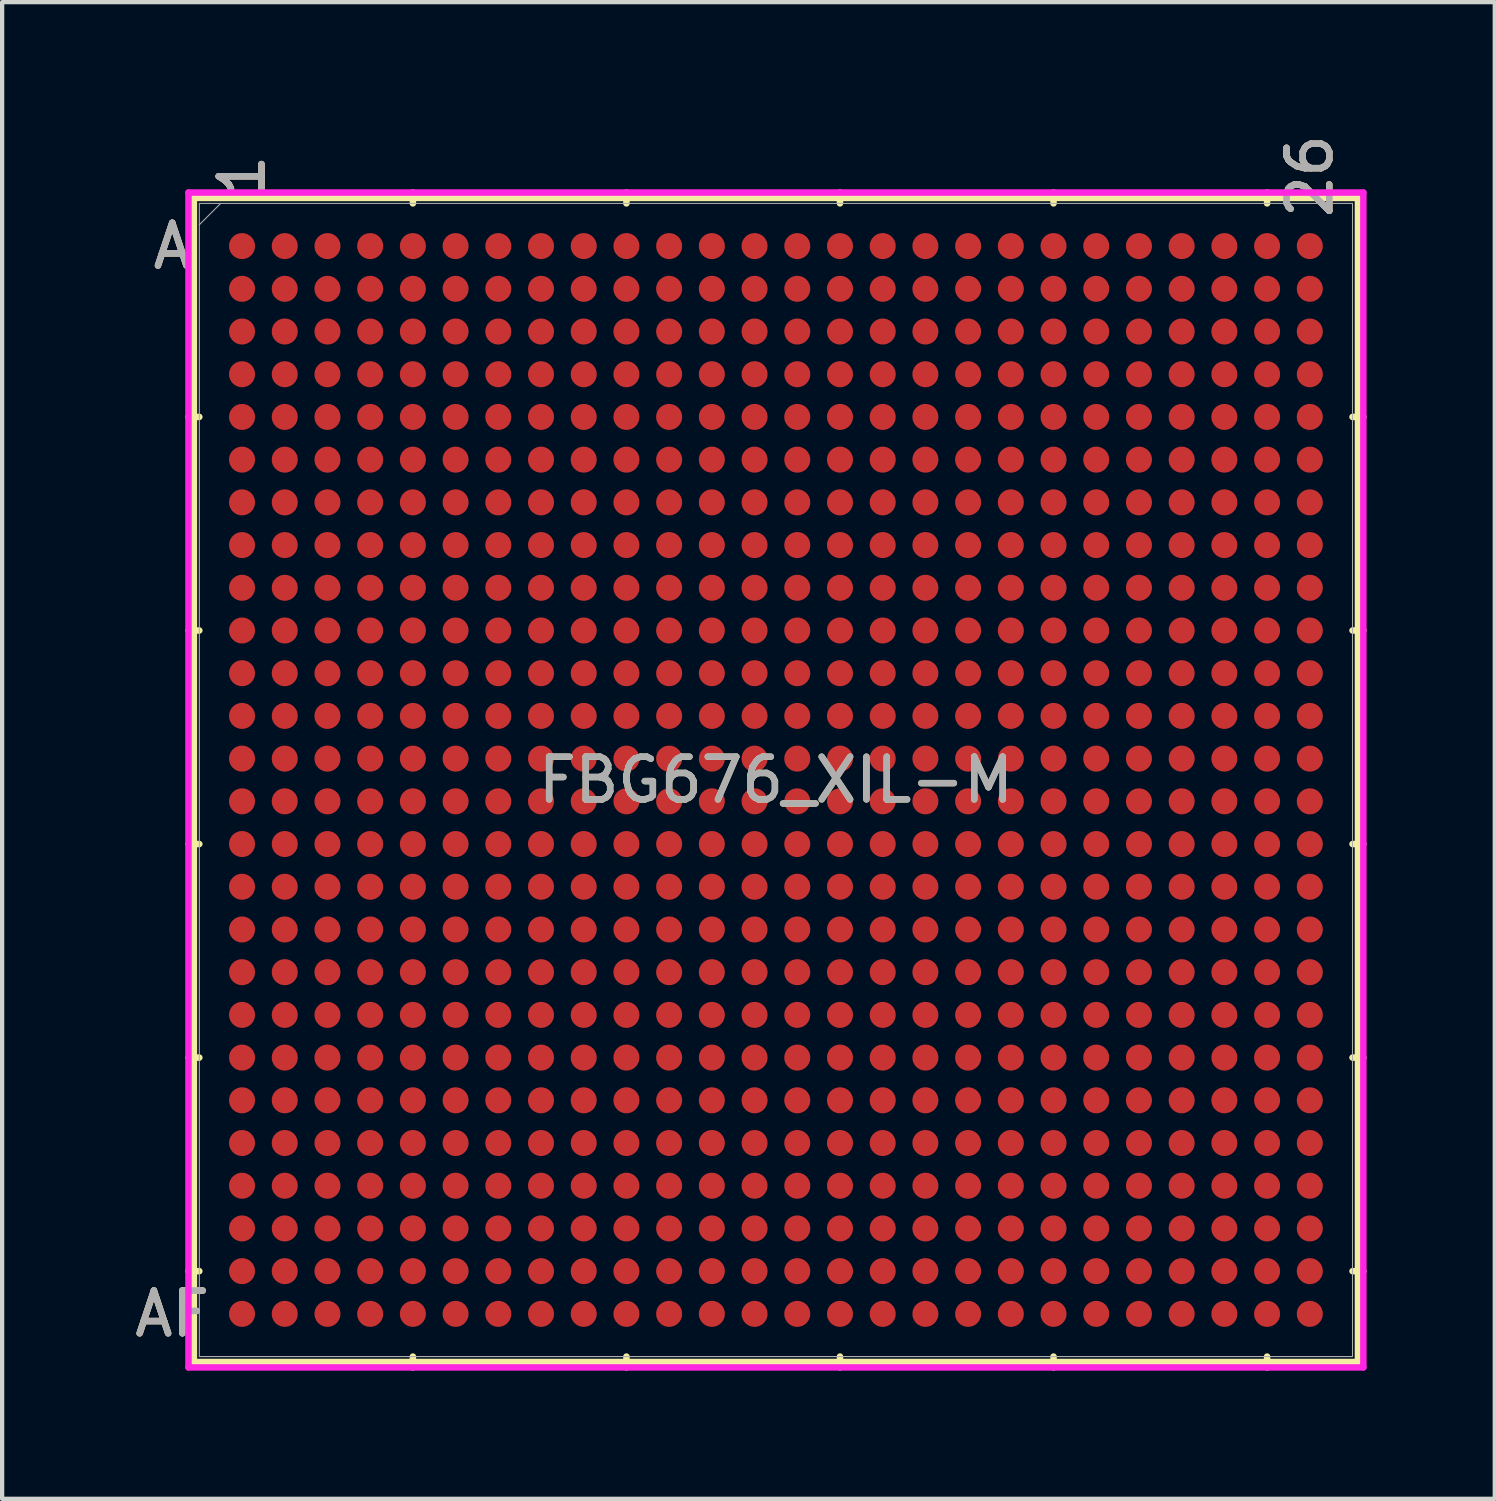
<source format=kicad_pcb>
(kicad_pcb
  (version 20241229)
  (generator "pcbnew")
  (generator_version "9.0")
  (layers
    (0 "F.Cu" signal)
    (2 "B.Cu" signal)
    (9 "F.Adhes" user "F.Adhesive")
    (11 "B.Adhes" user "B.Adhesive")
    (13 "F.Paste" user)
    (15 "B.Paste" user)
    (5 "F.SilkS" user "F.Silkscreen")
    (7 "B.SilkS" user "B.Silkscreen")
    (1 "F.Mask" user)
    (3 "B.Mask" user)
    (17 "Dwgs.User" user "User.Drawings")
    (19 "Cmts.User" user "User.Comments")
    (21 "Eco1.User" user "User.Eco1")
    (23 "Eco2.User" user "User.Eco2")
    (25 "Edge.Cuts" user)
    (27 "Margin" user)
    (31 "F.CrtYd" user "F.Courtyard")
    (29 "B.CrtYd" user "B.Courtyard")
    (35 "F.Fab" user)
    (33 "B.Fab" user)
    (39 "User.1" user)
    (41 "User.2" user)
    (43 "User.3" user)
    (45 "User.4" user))
  (footprint "FBG676_XIL-M"
    (layer "F.Cu")
    (at 15.117 15.212)
    (property "Reference" "FBG676_XIL-M" (at 0 0 0) (unlocked yes) (layer "F.SilkS") (effects (font (size 1 1) (thickness 0.15))))
    (attr smd)
    (fp_line (start -13.627 -13.627) (end -13.627 13.627) (stroke (width 0.152) (type solid)) (layer "F.SilkS"))
    (fp_line (start -13.627 13.627) (end 13.627 13.627) (stroke (width 0.152) (type solid)) (layer "F.SilkS"))
    (fp_line (start -13.5 -8.5) (end -13.754 -8.5) (stroke (width 0.152) (type solid)) (layer "F.SilkS"))
    (fp_line (start -13.5 -3.5) (end -13.754 -3.5) (stroke (width 0.152) (type solid)) (layer "F.SilkS"))
    (fp_line (start -13.5 1.5) (end -13.754 1.5) (stroke (width 0.152) (type solid)) (layer "F.SilkS"))
    (fp_line (start -13.5 6.5) (end -13.754 6.5) (stroke (width 0.152) (type solid)) (layer "F.SilkS"))
    (fp_line (start -13.5 11.5) (end -13.754 11.5) (stroke (width 0.152) (type solid)) (layer "F.SilkS"))
    (fp_line (start -8.5 -13.5) (end -8.5 -13.754) (stroke (width 0.152) (type solid)) (layer "F.SilkS"))
    (fp_line (start -8.5 13.5) (end -8.5 13.754) (stroke (width 0.152) (type solid)) (layer "F.SilkS"))
    (fp_line (start -3.5 -13.5) (end -3.5 -13.754) (stroke (width 0.152) (type solid)) (layer "F.SilkS"))
    (fp_line (start -3.5 13.5) (end -3.5 13.754) (stroke (width 0.152) (type solid)) (layer "F.SilkS"))
    (fp_line (start 1.5 -13.5) (end 1.5 -13.754) (stroke (width 0.152) (type solid)) (layer "F.SilkS"))
    (fp_line (start 1.5 13.5) (end 1.5 13.754) (stroke (width 0.152) (type solid)) (layer "F.SilkS"))
    (fp_line (start 6.5 -13.5) (end 6.5 -13.754) (stroke (width 0.152) (type solid)) (layer "F.SilkS"))
    (fp_line (start 6.5 13.5) (end 6.5 13.754) (stroke (width 0.152) (type solid)) (layer "F.SilkS"))
    (fp_line (start 11.5 -13.5) (end 11.5 -13.754) (stroke (width 0.152) (type solid)) (layer "F.SilkS"))
    (fp_line (start 11.5 13.5) (end 11.5 13.754) (stroke (width 0.152) (type solid)) (layer "F.SilkS"))
    (fp_line (start 13.5 -8.5) (end 13.754 -8.5) (stroke (width 0.152) (type solid)) (layer "F.SilkS"))
    (fp_line (start 13.5 -3.5) (end 13.754 -3.5) (stroke (width 0.152) (type solid)) (layer "F.SilkS"))
    (fp_line (start 13.5 1.5) (end 13.754 1.5) (stroke (width 0.152) (type solid)) (layer "F.SilkS"))
    (fp_line (start 13.5 6.5) (end 13.754 6.5) (stroke (width 0.152) (type solid)) (layer "F.SilkS"))
    (fp_line (start 13.5 11.5) (end 13.754 11.5) (stroke (width 0.152) (type solid)) (layer "F.SilkS"))
    (fp_line (start 13.627 -13.627) (end -13.627 -13.627) (stroke (width 0.152) (type solid)) (layer "F.SilkS"))
    (fp_line (start 13.627 13.627) (end 13.627 -13.627) (stroke (width 0.152) (type solid)) (layer "F.SilkS"))
    (fp_poly (pts (xy -13.508 -13.508) (xy 13.508 -13.508) (xy 13.508 13.508) (xy -13.508 13.508)) (stroke (width 0.1) (type solid)) (fill no) (layer "Eco2.User"))
    (fp_line (start -13.754 -13.754) (end 13.754 -13.754) (stroke (width 0.152) (type solid)) (layer "F.CrtYd"))
    (fp_line (start -13.754 13.754) (end -13.754 -13.754) (stroke (width 0.152) (type solid)) (layer "F.CrtYd"))
    (fp_line (start 13.754 -13.754) (end 13.754 13.754) (stroke (width 0.152) (type solid)) (layer "F.CrtYd"))
    (fp_line (start 13.754 13.754) (end -13.754 13.754) (stroke (width 0.152) (type solid)) (layer "F.CrtYd"))
    (fp_line (start -13.5 -13.5) (end -13.5 13.5) (stroke (width 0.025) (type solid)) (layer "F.Fab"))
    (fp_line (start -13.5 13.5) (end 13.5 13.5) (stroke (width 0.025) (type solid)) (layer "F.Fab"))
    (fp_line (start -13 -13.5) (end -13.5 -13) (stroke (width 0.025) (type solid)) (layer "F.Fab"))
    (fp_line (start 13.5 -13.5) (end -13.5 -13.5) (stroke (width 0.025) (type solid)) (layer "F.Fab"))
    (fp_line (start 13.5 13.5) (end 13.5 -13.5) (stroke (width 0.025) (type solid)) (layer "F.Fab"))
    (fp_text user "AF" (at -14.135 12.5 0) (unlocked yes) (layer "F.SilkS") (effects (font (size 1 1) (thickness 0.15))))
    (fp_text user "A" (at -14.135 -12.5 0) (unlocked yes) (layer "F.SilkS") (effects (font (size 1 1) (thickness 0.15))))
    (fp_text user "26" (at 12.5 -14.135 90) (unlocked yes) (layer "F.SilkS") (effects (font (size 1 1) (thickness 0.15))))
    (fp_text user "1" (at -12.5 -14.135 90) (unlocked yes) (layer "F.SilkS") (effects (font (size 1 1) (thickness 0.15))))
    (fp_text user "AF" (at -14.135 12.5 0) (unlocked yes) (layer "B.SilkS") (effects (font (size 1 1) (thickness 0.15))))
    (fp_text user "26" (at 12.5 -14.135 90) (unlocked yes) (layer "B.SilkS") (effects (font (size 1 1) (thickness 0.15))))
    (fp_text user "A" (at -14.135 -12.5 0) (unlocked yes) (layer "B.SilkS") (effects (font (size 1 1) (thickness 0.15))))
    (fp_text user "1" (at -12.5 -14.135 90) (unlocked yes) (layer "B.SilkS") (effects (font (size 1 1) (thickness 0.15))))
    (fp_text user "AF" (at -14.135 12.5 0) (unlocked yes) (layer "F.Fab") (effects (font (size 1 1) (thickness 0.15))))
    (fp_text user "A" (at -14.135 -12.5 0) (unlocked yes) (layer "F.Fab") (effects (font (size 1 1) (thickness 0.15))))
    (fp_text user "${REFERENCE}" (at 0 0 0) (unlocked yes) (layer "F.Fab") (effects (font (size 1 1) (thickness 0.15))))
    (fp_text user "26" (at 12.5 -14.135 90) (unlocked yes) (layer "F.Fab") (effects (font (size 1 1) (thickness 0.15))))
    (fp_text user "1" (at -12.5 -14.135 90) (unlocked yes) (layer "F.Fab") (effects (font (size 1 1) (thickness 0.15))))
    (pad "A1" smd circle (at -12.5 -12.5) (size 0.61 0.61) (layers "F.Cu" "F.Mask" "F.Paste"))
    (pad "A2" smd circle (at -11.5 -12.5) (size 0.61 0.61) (layers "F.Cu" "F.Mask" "F.Paste"))
    (pad "A3" smd circle (at -10.5 -12.5) (size 0.61 0.61) (layers "F.Cu" "F.Mask" "F.Paste"))
    (pad "A4" smd circle (at -9.5 -12.5) (size 0.61 0.61) (layers "F.Cu" "F.Mask" "F.Paste"))
    (pad "A5" smd circle (at -8.5 -12.5) (size 0.61 0.61) (layers "F.Cu" "F.Mask" "F.Paste"))
    (pad "A6" smd circle (at -7.5 -12.5) (size 0.61 0.61) (layers "F.Cu" "F.Mask" "F.Paste"))
    (pad "A7" smd circle (at -6.5 -12.5) (size 0.61 0.61) (layers "F.Cu" "F.Mask" "F.Paste"))
    (pad "A8" smd circle (at -5.5 -12.5) (size 0.61 0.61) (layers "F.Cu" "F.Mask" "F.Paste"))
    (pad "A9" smd circle (at -4.5 -12.5) (size 0.61 0.61) (layers "F.Cu" "F.Mask" "F.Paste"))
    (pad "A10" smd circle (at -3.5 -12.5) (size 0.61 0.61) (layers "F.Cu" "F.Mask" "F.Paste"))
    (pad "A11" smd circle (at -2.5 -12.5) (size 0.61 0.61) (layers "F.Cu" "F.Mask" "F.Paste"))
    (pad "A12" smd circle (at -1.5 -12.5) (size 0.61 0.61) (layers "F.Cu" "F.Mask" "F.Paste"))
    (pad "A13" smd circle (at -0.5 -12.5) (size 0.61 0.61) (layers "F.Cu" "F.Mask" "F.Paste"))
    (pad "A14" smd circle (at 0.5 -12.5) (size 0.61 0.61) (layers "F.Cu" "F.Mask" "F.Paste"))
    (pad "A15" smd circle (at 1.5 -12.5) (size 0.61 0.61) (layers "F.Cu" "F.Mask" "F.Paste"))
    (pad "A16" smd circle (at 2.5 -12.5) (size 0.61 0.61) (layers "F.Cu" "F.Mask" "F.Paste"))
    (pad "A17" smd circle (at 3.5 -12.5) (size 0.61 0.61) (layers "F.Cu" "F.Mask" "F.Paste"))
    (pad "A18" smd circle (at 4.5 -12.5) (size 0.61 0.61) (layers "F.Cu" "F.Mask" "F.Paste"))
    (pad "A19" smd circle (at 5.5 -12.5) (size 0.61 0.61) (layers "F.Cu" "F.Mask" "F.Paste"))
    (pad "A20" smd circle (at 6.5 -12.5) (size 0.61 0.61) (layers "F.Cu" "F.Mask" "F.Paste"))
    (pad "A21" smd circle (at 7.5 -12.5) (size 0.61 0.61) (layers "F.Cu" "F.Mask" "F.Paste"))
    (pad "A22" smd circle (at 8.5 -12.5) (size 0.61 0.61) (layers "F.Cu" "F.Mask" "F.Paste"))
    (pad "A23" smd circle (at 9.5 -12.5) (size 0.61 0.61) (layers "F.Cu" "F.Mask" "F.Paste"))
    (pad "A24" smd circle (at 10.5 -12.5) (size 0.61 0.61) (layers "F.Cu" "F.Mask" "F.Paste"))
    (pad "A25" smd circle (at 11.5 -12.5) (size 0.61 0.61) (layers "F.Cu" "F.Mask" "F.Paste"))
    (pad "A26" smd circle (at 12.5 -12.5) (size 0.61 0.61) (layers "F.Cu" "F.Mask" "F.Paste"))
    (pad "AA1" smd circle (at -12.5 7.5) (size 0.61 0.61) (layers "F.Cu" "F.Mask" "F.Paste"))
    (pad "AA2" smd circle (at -11.5 7.5) (size 0.61 0.61) (layers "F.Cu" "F.Mask" "F.Paste"))
    (pad "AA3" smd circle (at -10.5 7.5) (size 0.61 0.61) (layers "F.Cu" "F.Mask" "F.Paste"))
    (pad "AA4" smd circle (at -9.5 7.5) (size 0.61 0.61) (layers "F.Cu" "F.Mask" "F.Paste"))
    (pad "AA5" smd circle (at -8.5 7.5) (size 0.61 0.61) (layers "F.Cu" "F.Mask" "F.Paste"))
    (pad "AA6" smd circle (at -7.5 7.5) (size 0.61 0.61) (layers "F.Cu" "F.Mask" "F.Paste"))
    (pad "AA7" smd circle (at -6.5 7.5) (size 0.61 0.61) (layers "F.Cu" "F.Mask" "F.Paste"))
    (pad "AA8" smd circle (at -5.5 7.5) (size 0.61 0.61) (layers "F.Cu" "F.Mask" "F.Paste"))
    (pad "AA9" smd circle (at -4.5 7.5) (size 0.61 0.61) (layers "F.Cu" "F.Mask" "F.Paste"))
    (pad "AA10" smd circle (at -3.5 7.5) (size 0.61 0.61) (layers "F.Cu" "F.Mask" "F.Paste"))
    (pad "AA11" smd circle (at -2.5 7.5) (size 0.61 0.61) (layers "F.Cu" "F.Mask" "F.Paste"))
    (pad "AA12" smd circle (at -1.5 7.5) (size 0.61 0.61) (layers "F.Cu" "F.Mask" "F.Paste"))
    (pad "AA13" smd circle (at -0.5 7.5) (size 0.61 0.61) (layers "F.Cu" "F.Mask" "F.Paste"))
    (pad "AA14" smd circle (at 0.5 7.5) (size 0.61 0.61) (layers "F.Cu" "F.Mask" "F.Paste"))
    (pad "AA15" smd circle (at 1.5 7.5) (size 0.61 0.61) (layers "F.Cu" "F.Mask" "F.Paste"))
    (pad "AA16" smd circle (at 2.5 7.5) (size 0.61 0.61) (layers "F.Cu" "F.Mask" "F.Paste"))
    (pad "AA17" smd circle (at 3.5 7.5) (size 0.61 0.61) (layers "F.Cu" "F.Mask" "F.Paste"))
    (pad "AA18" smd circle (at 4.5 7.5) (size 0.61 0.61) (layers "F.Cu" "F.Mask" "F.Paste"))
    (pad "AA19" smd circle (at 5.5 7.5) (size 0.61 0.61) (layers "F.Cu" "F.Mask" "F.Paste"))
    (pad "AA20" smd circle (at 6.5 7.5) (size 0.61 0.61) (layers "F.Cu" "F.Mask" "F.Paste"))
    (pad "AA21" smd circle (at 7.5 7.5) (size 0.61 0.61) (layers "F.Cu" "F.Mask" "F.Paste"))
    (pad "AA22" smd circle (at 8.5 7.5) (size 0.61 0.61) (layers "F.Cu" "F.Mask" "F.Paste"))
    (pad "AA23" smd circle (at 9.5 7.5) (size 0.61 0.61) (layers "F.Cu" "F.Mask" "F.Paste"))
    (pad "AA24" smd circle (at 10.5 7.5) (size 0.61 0.61) (layers "F.Cu" "F.Mask" "F.Paste"))
    (pad "AA25" smd circle (at 11.5 7.5) (size 0.61 0.61) (layers "F.Cu" "F.Mask" "F.Paste"))
    (pad "AA26" smd circle (at 12.5 7.5) (size 0.61 0.61) (layers "F.Cu" "F.Mask" "F.Paste"))
    (pad "AB1" smd circle (at -12.5 8.5) (size 0.61 0.61) (layers "F.Cu" "F.Mask" "F.Paste"))
    (pad "AB2" smd circle (at -11.5 8.5) (size 0.61 0.61) (layers "F.Cu" "F.Mask" "F.Paste"))
    (pad "AB3" smd circle (at -10.5 8.5) (size 0.61 0.61) (layers "F.Cu" "F.Mask" "F.Paste"))
    (pad "AB4" smd circle (at -9.5 8.5) (size 0.61 0.61) (layers "F.Cu" "F.Mask" "F.Paste"))
    (pad "AB5" smd circle (at -8.5 8.5) (size 0.61 0.61) (layers "F.Cu" "F.Mask" "F.Paste"))
    (pad "AB6" smd circle (at -7.5 8.5) (size 0.61 0.61) (layers "F.Cu" "F.Mask" "F.Paste"))
    (pad "AB7" smd circle (at -6.5 8.5) (size 0.61 0.61) (layers "F.Cu" "F.Mask" "F.Paste"))
    (pad "AB8" smd circle (at -5.5 8.5) (size 0.61 0.61) (layers "F.Cu" "F.Mask" "F.Paste"))
    (pad "AB9" smd circle (at -4.5 8.5) (size 0.61 0.61) (layers "F.Cu" "F.Mask" "F.Paste"))
    (pad "AB10" smd circle (at -3.5 8.5) (size 0.61 0.61) (layers "F.Cu" "F.Mask" "F.Paste"))
    (pad "AB11" smd circle (at -2.5 8.5) (size 0.61 0.61) (layers "F.Cu" "F.Mask" "F.Paste"))
    (pad "AB12" smd circle (at -1.5 8.5) (size 0.61 0.61) (layers "F.Cu" "F.Mask" "F.Paste"))
    (pad "AB13" smd circle (at -0.5 8.5) (size 0.61 0.61) (layers "F.Cu" "F.Mask" "F.Paste"))
    (pad "AB14" smd circle (at 0.5 8.5) (size 0.61 0.61) (layers "F.Cu" "F.Mask" "F.Paste"))
    (pad "AB15" smd circle (at 1.5 8.5) (size 0.61 0.61) (layers "F.Cu" "F.Mask" "F.Paste"))
    (pad "AB16" smd circle (at 2.5 8.5) (size 0.61 0.61) (layers "F.Cu" "F.Mask" "F.Paste"))
    (pad "AB17" smd circle (at 3.5 8.5) (size 0.61 0.61) (layers "F.Cu" "F.Mask" "F.Paste"))
    (pad "AB18" smd circle (at 4.5 8.5) (size 0.61 0.61) (layers "F.Cu" "F.Mask" "F.Paste"))
    (pad "AB19" smd circle (at 5.5 8.5) (size 0.61 0.61) (layers "F.Cu" "F.Mask" "F.Paste"))
    (pad "AB20" smd circle (at 6.5 8.5) (size 0.61 0.61) (layers "F.Cu" "F.Mask" "F.Paste"))
    (pad "AB21" smd circle (at 7.5 8.5) (size 0.61 0.61) (layers "F.Cu" "F.Mask" "F.Paste"))
    (pad "AB22" smd circle (at 8.5 8.5) (size 0.61 0.61) (layers "F.Cu" "F.Mask" "F.Paste"))
    (pad "AB23" smd circle (at 9.5 8.5) (size 0.61 0.61) (layers "F.Cu" "F.Mask" "F.Paste"))
    (pad "AB24" smd circle (at 10.5 8.5) (size 0.61 0.61) (layers "F.Cu" "F.Mask" "F.Paste"))
    (pad "AB25" smd circle (at 11.5 8.5) (size 0.61 0.61) (layers "F.Cu" "F.Mask" "F.Paste"))
    (pad "AB26" smd circle (at 12.5 8.5) (size 0.61 0.61) (layers "F.Cu" "F.Mask" "F.Paste"))
    (pad "AC1" smd circle (at -12.5 9.5) (size 0.61 0.61) (layers "F.Cu" "F.Mask" "F.Paste"))
    (pad "AC2" smd circle (at -11.5 9.5) (size 0.61 0.61) (layers "F.Cu" "F.Mask" "F.Paste"))
    (pad "AC3" smd circle (at -10.5 9.5) (size 0.61 0.61) (layers "F.Cu" "F.Mask" "F.Paste"))
    (pad "AC4" smd circle (at -9.5 9.5) (size 0.61 0.61) (layers "F.Cu" "F.Mask" "F.Paste"))
    (pad "AC5" smd circle (at -8.5 9.5) (size 0.61 0.61) (layers "F.Cu" "F.Mask" "F.Paste"))
    (pad "AC6" smd circle (at -7.5 9.5) (size 0.61 0.61) (layers "F.Cu" "F.Mask" "F.Paste"))
    (pad "AC7" smd circle (at -6.5 9.5) (size 0.61 0.61) (layers "F.Cu" "F.Mask" "F.Paste"))
    (pad "AC8" smd circle (at -5.5 9.5) (size 0.61 0.61) (layers "F.Cu" "F.Mask" "F.Paste"))
    (pad "AC9" smd circle (at -4.5 9.5) (size 0.61 0.61) (layers "F.Cu" "F.Mask" "F.Paste"))
    (pad "AC10" smd circle (at -3.5 9.5) (size 0.61 0.61) (layers "F.Cu" "F.Mask" "F.Paste"))
    (pad "AC11" smd circle (at -2.5 9.5) (size 0.61 0.61) (layers "F.Cu" "F.Mask" "F.Paste"))
    (pad "AC12" smd circle (at -1.5 9.5) (size 0.61 0.61) (layers "F.Cu" "F.Mask" "F.Paste"))
    (pad "AC13" smd circle (at -0.5 9.5) (size 0.61 0.61) (layers "F.Cu" "F.Mask" "F.Paste"))
    (pad "AC14" smd circle (at 0.5 9.5) (size 0.61 0.61) (layers "F.Cu" "F.Mask" "F.Paste"))
    (pad "AC15" smd circle (at 1.5 9.5) (size 0.61 0.61) (layers "F.Cu" "F.Mask" "F.Paste"))
    (pad "AC16" smd circle (at 2.5 9.5) (size 0.61 0.61) (layers "F.Cu" "F.Mask" "F.Paste"))
    (pad "AC17" smd circle (at 3.5 9.5) (size 0.61 0.61) (layers "F.Cu" "F.Mask" "F.Paste"))
    (pad "AC18" smd circle (at 4.5 9.5) (size 0.61 0.61) (layers "F.Cu" "F.Mask" "F.Paste"))
    (pad "AC19" smd circle (at 5.5 9.5) (size 0.61 0.61) (layers "F.Cu" "F.Mask" "F.Paste"))
    (pad "AC20" smd circle (at 6.5 9.5) (size 0.61 0.61) (layers "F.Cu" "F.Mask" "F.Paste"))
    (pad "AC21" smd circle (at 7.5 9.5) (size 0.61 0.61) (layers "F.Cu" "F.Mask" "F.Paste"))
    (pad "AC22" smd circle (at 8.5 9.5) (size 0.61 0.61) (layers "F.Cu" "F.Mask" "F.Paste"))
    (pad "AC23" smd circle (at 9.5 9.5) (size 0.61 0.61) (layers "F.Cu" "F.Mask" "F.Paste"))
    (pad "AC24" smd circle (at 10.5 9.5) (size 0.61 0.61) (layers "F.Cu" "F.Mask" "F.Paste"))
    (pad "AC25" smd circle (at 11.5 9.5) (size 0.61 0.61) (layers "F.Cu" "F.Mask" "F.Paste"))
    (pad "AC26" smd circle (at 12.5 9.5) (size 0.61 0.61) (layers "F.Cu" "F.Mask" "F.Paste"))
    (pad "AD1" smd circle (at -12.5 10.5) (size 0.61 0.61) (layers "F.Cu" "F.Mask" "F.Paste"))
    (pad "AD2" smd circle (at -11.5 10.5) (size 0.61 0.61) (layers "F.Cu" "F.Mask" "F.Paste"))
    (pad "AD3" smd circle (at -10.5 10.5) (size 0.61 0.61) (layers "F.Cu" "F.Mask" "F.Paste"))
    (pad "AD4" smd circle (at -9.5 10.5) (size 0.61 0.61) (layers "F.Cu" "F.Mask" "F.Paste"))
    (pad "AD5" smd circle (at -8.5 10.5) (size 0.61 0.61) (layers "F.Cu" "F.Mask" "F.Paste"))
    (pad "AD6" smd circle (at -7.5 10.5) (size 0.61 0.61) (layers "F.Cu" "F.Mask" "F.Paste"))
    (pad "AD7" smd circle (at -6.5 10.5) (size 0.61 0.61) (layers "F.Cu" "F.Mask" "F.Paste"))
    (pad "AD8" smd circle (at -5.5 10.5) (size 0.61 0.61) (layers "F.Cu" "F.Mask" "F.Paste"))
    (pad "AD9" smd circle (at -4.5 10.5) (size 0.61 0.61) (layers "F.Cu" "F.Mask" "F.Paste"))
    (pad "AD10" smd circle (at -3.5 10.5) (size 0.61 0.61) (layers "F.Cu" "F.Mask" "F.Paste"))
    (pad "AD11" smd circle (at -2.5 10.5) (size 0.61 0.61) (layers "F.Cu" "F.Mask" "F.Paste"))
    (pad "AD12" smd circle (at -1.5 10.5) (size 0.61 0.61) (layers "F.Cu" "F.Mask" "F.Paste"))
    (pad "AD13" smd circle (at -0.5 10.5) (size 0.61 0.61) (layers "F.Cu" "F.Mask" "F.Paste"))
    (pad "AD14" smd circle (at 0.5 10.5) (size 0.61 0.61) (layers "F.Cu" "F.Mask" "F.Paste"))
    (pad "AD15" smd circle (at 1.5 10.5) (size 0.61 0.61) (layers "F.Cu" "F.Mask" "F.Paste"))
    (pad "AD16" smd circle (at 2.5 10.5) (size 0.61 0.61) (layers "F.Cu" "F.Mask" "F.Paste"))
    (pad "AD17" smd circle (at 3.5 10.5) (size 0.61 0.61) (layers "F.Cu" "F.Mask" "F.Paste"))
    (pad "AD18" smd circle (at 4.5 10.5) (size 0.61 0.61) (layers "F.Cu" "F.Mask" "F.Paste"))
    (pad "AD19" smd circle (at 5.5 10.5) (size 0.61 0.61) (layers "F.Cu" "F.Mask" "F.Paste"))
    (pad "AD20" smd circle (at 6.5 10.5) (size 0.61 0.61) (layers "F.Cu" "F.Mask" "F.Paste"))
    (pad "AD21" smd circle (at 7.5 10.5) (size 0.61 0.61) (layers "F.Cu" "F.Mask" "F.Paste"))
    (pad "AD22" smd circle (at 8.5 10.5) (size 0.61 0.61) (layers "F.Cu" "F.Mask" "F.Paste"))
    (pad "AD23" smd circle (at 9.5 10.5) (size 0.61 0.61) (layers "F.Cu" "F.Mask" "F.Paste"))
    (pad "AD24" smd circle (at 10.5 10.5) (size 0.61 0.61) (layers "F.Cu" "F.Mask" "F.Paste"))
    (pad "AD25" smd circle (at 11.5 10.5) (size 0.61 0.61) (layers "F.Cu" "F.Mask" "F.Paste"))
    (pad "AD26" smd circle (at 12.5 10.5) (size 0.61 0.61) (layers "F.Cu" "F.Mask" "F.Paste"))
    (pad "AE1" smd circle (at -12.5 11.5) (size 0.61 0.61) (layers "F.Cu" "F.Mask" "F.Paste"))
    (pad "AE2" smd circle (at -11.5 11.5) (size 0.61 0.61) (layers "F.Cu" "F.Mask" "F.Paste"))
    (pad "AE3" smd circle (at -10.5 11.5) (size 0.61 0.61) (layers "F.Cu" "F.Mask" "F.Paste"))
    (pad "AE4" smd circle (at -9.5 11.5) (size 0.61 0.61) (layers "F.Cu" "F.Mask" "F.Paste"))
    (pad "AE5" smd circle (at -8.5 11.5) (size 0.61 0.61) (layers "F.Cu" "F.Mask" "F.Paste"))
    (pad "AE6" smd circle (at -7.5 11.5) (size 0.61 0.61) (layers "F.Cu" "F.Mask" "F.Paste"))
    (pad "AE7" smd circle (at -6.5 11.5) (size 0.61 0.61) (layers "F.Cu" "F.Mask" "F.Paste"))
    (pad "AE8" smd circle (at -5.5 11.5) (size 0.61 0.61) (layers "F.Cu" "F.Mask" "F.Paste"))
    (pad "AE9" smd circle (at -4.5 11.5) (size 0.61 0.61) (layers "F.Cu" "F.Mask" "F.Paste"))
    (pad "AE10" smd circle (at -3.5 11.5) (size 0.61 0.61) (layers "F.Cu" "F.Mask" "F.Paste"))
    (pad "AE11" smd circle (at -2.5 11.5) (size 0.61 0.61) (layers "F.Cu" "F.Mask" "F.Paste"))
    (pad "AE12" smd circle (at -1.5 11.5) (size 0.61 0.61) (layers "F.Cu" "F.Mask" "F.Paste"))
    (pad "AE13" smd circle (at -0.5 11.5) (size 0.61 0.61) (layers "F.Cu" "F.Mask" "F.Paste"))
    (pad "AE14" smd circle (at 0.5 11.5) (size 0.61 0.61) (layers "F.Cu" "F.Mask" "F.Paste"))
    (pad "AE15" smd circle (at 1.5 11.5) (size 0.61 0.61) (layers "F.Cu" "F.Mask" "F.Paste"))
    (pad "AE16" smd circle (at 2.5 11.5) (size 0.61 0.61) (layers "F.Cu" "F.Mask" "F.Paste"))
    (pad "AE17" smd circle (at 3.5 11.5) (size 0.61 0.61) (layers "F.Cu" "F.Mask" "F.Paste"))
    (pad "AE18" smd circle (at 4.5 11.5) (size 0.61 0.61) (layers "F.Cu" "F.Mask" "F.Paste"))
    (pad "AE19" smd circle (at 5.5 11.5) (size 0.61 0.61) (layers "F.Cu" "F.Mask" "F.Paste"))
    (pad "AE20" smd circle (at 6.5 11.5) (size 0.61 0.61) (layers "F.Cu" "F.Mask" "F.Paste"))
    (pad "AE21" smd circle (at 7.5 11.5) (size 0.61 0.61) (layers "F.Cu" "F.Mask" "F.Paste"))
    (pad "AE22" smd circle (at 8.5 11.5) (size 0.61 0.61) (layers "F.Cu" "F.Mask" "F.Paste"))
    (pad "AE23" smd circle (at 9.5 11.5) (size 0.61 0.61) (layers "F.Cu" "F.Mask" "F.Paste"))
    (pad "AE24" smd circle (at 10.5 11.5) (size 0.61 0.61) (layers "F.Cu" "F.Mask" "F.Paste"))
    (pad "AE25" smd circle (at 11.5 11.5) (size 0.61 0.61) (layers "F.Cu" "F.Mask" "F.Paste"))
    (pad "AE26" smd circle (at 12.5 11.5) (size 0.61 0.61) (layers "F.Cu" "F.Mask" "F.Paste"))
    (pad "AF1" smd circle (at -12.5 12.5) (size 0.61 0.61) (layers "F.Cu" "F.Mask" "F.Paste"))
    (pad "AF2" smd circle (at -11.5 12.5) (size 0.61 0.61) (layers "F.Cu" "F.Mask" "F.Paste"))
    (pad "AF3" smd circle (at -10.5 12.5) (size 0.61 0.61) (layers "F.Cu" "F.Mask" "F.Paste"))
    (pad "AF4" smd circle (at -9.5 12.5) (size 0.61 0.61) (layers "F.Cu" "F.Mask" "F.Paste"))
    (pad "AF5" smd circle (at -8.5 12.5) (size 0.61 0.61) (layers "F.Cu" "F.Mask" "F.Paste"))
    (pad "AF6" smd circle (at -7.5 12.5) (size 0.61 0.61) (layers "F.Cu" "F.Mask" "F.Paste"))
    (pad "AF7" smd circle (at -6.5 12.5) (size 0.61 0.61) (layers "F.Cu" "F.Mask" "F.Paste"))
    (pad "AF8" smd circle (at -5.5 12.5) (size 0.61 0.61) (layers "F.Cu" "F.Mask" "F.Paste"))
    (pad "AF9" smd circle (at -4.5 12.5) (size 0.61 0.61) (layers "F.Cu" "F.Mask" "F.Paste"))
    (pad "AF10" smd circle (at -3.5 12.5) (size 0.61 0.61) (layers "F.Cu" "F.Mask" "F.Paste"))
    (pad "AF11" smd circle (at -2.5 12.5) (size 0.61 0.61) (layers "F.Cu" "F.Mask" "F.Paste"))
    (pad "AF12" smd circle (at -1.5 12.5) (size 0.61 0.61) (layers "F.Cu" "F.Mask" "F.Paste"))
    (pad "AF13" smd circle (at -0.5 12.5) (size 0.61 0.61) (layers "F.Cu" "F.Mask" "F.Paste"))
    (pad "AF14" smd circle (at 0.5 12.5) (size 0.61 0.61) (layers "F.Cu" "F.Mask" "F.Paste"))
    (pad "AF15" smd circle (at 1.5 12.5) (size 0.61 0.61) (layers "F.Cu" "F.Mask" "F.Paste"))
    (pad "AF16" smd circle (at 2.5 12.5) (size 0.61 0.61) (layers "F.Cu" "F.Mask" "F.Paste"))
    (pad "AF17" smd circle (at 3.5 12.5) (size 0.61 0.61) (layers "F.Cu" "F.Mask" "F.Paste"))
    (pad "AF18" smd circle (at 4.5 12.5) (size 0.61 0.61) (layers "F.Cu" "F.Mask" "F.Paste"))
    (pad "AF19" smd circle (at 5.5 12.5) (size 0.61 0.61) (layers "F.Cu" "F.Mask" "F.Paste"))
    (pad "AF20" smd circle (at 6.5 12.5) (size 0.61 0.61) (layers "F.Cu" "F.Mask" "F.Paste"))
    (pad "AF21" smd circle (at 7.5 12.5) (size 0.61 0.61) (layers "F.Cu" "F.Mask" "F.Paste"))
    (pad "AF22" smd circle (at 8.5 12.5) (size 0.61 0.61) (layers "F.Cu" "F.Mask" "F.Paste"))
    (pad "AF23" smd circle (at 9.5 12.5) (size 0.61 0.61) (layers "F.Cu" "F.Mask" "F.Paste"))
    (pad "AF24" smd circle (at 10.5 12.5) (size 0.61 0.61) (layers "F.Cu" "F.Mask" "F.Paste"))
    (pad "AF25" smd circle (at 11.5 12.5) (size 0.61 0.61) (layers "F.Cu" "F.Mask" "F.Paste"))
    (pad "AF26" smd circle (at 12.5 12.5) (size 0.61 0.61) (layers "F.Cu" "F.Mask" "F.Paste"))
    (pad "B1" smd circle (at -12.5 -11.5) (size 0.61 0.61) (layers "F.Cu" "F.Mask" "F.Paste"))
    (pad "B2" smd circle (at -11.5 -11.5) (size 0.61 0.61) (layers "F.Cu" "F.Mask" "F.Paste"))
    (pad "B3" smd circle (at -10.5 -11.5) (size 0.61 0.61) (layers "F.Cu" "F.Mask" "F.Paste"))
    (pad "B4" smd circle (at -9.5 -11.5) (size 0.61 0.61) (layers "F.Cu" "F.Mask" "F.Paste"))
    (pad "B5" smd circle (at -8.5 -11.5) (size 0.61 0.61) (layers "F.Cu" "F.Mask" "F.Paste"))
    (pad "B6" smd circle (at -7.5 -11.5) (size 0.61 0.61) (layers "F.Cu" "F.Mask" "F.Paste"))
    (pad "B7" smd circle (at -6.5 -11.5) (size 0.61 0.61) (layers "F.Cu" "F.Mask" "F.Paste"))
    (pad "B8" smd circle (at -5.5 -11.5) (size 0.61 0.61) (layers "F.Cu" "F.Mask" "F.Paste"))
    (pad "B9" smd circle (at -4.5 -11.5) (size 0.61 0.61) (layers "F.Cu" "F.Mask" "F.Paste"))
    (pad "B10" smd circle (at -3.5 -11.5) (size 0.61 0.61) (layers "F.Cu" "F.Mask" "F.Paste"))
    (pad "B11" smd circle (at -2.5 -11.5) (size 0.61 0.61) (layers "F.Cu" "F.Mask" "F.Paste"))
    (pad "B12" smd circle (at -1.5 -11.5) (size 0.61 0.61) (layers "F.Cu" "F.Mask" "F.Paste"))
    (pad "B13" smd circle (at -0.5 -11.5) (size 0.61 0.61) (layers "F.Cu" "F.Mask" "F.Paste"))
    (pad "B14" smd circle (at 0.5 -11.5) (size 0.61 0.61) (layers "F.Cu" "F.Mask" "F.Paste"))
    (pad "B15" smd circle (at 1.5 -11.5) (size 0.61 0.61) (layers "F.Cu" "F.Mask" "F.Paste"))
    (pad "B16" smd circle (at 2.5 -11.5) (size 0.61 0.61) (layers "F.Cu" "F.Mask" "F.Paste"))
    (pad "B17" smd circle (at 3.5 -11.5) (size 0.61 0.61) (layers "F.Cu" "F.Mask" "F.Paste"))
    (pad "B18" smd circle (at 4.5 -11.5) (size 0.61 0.61) (layers "F.Cu" "F.Mask" "F.Paste"))
    (pad "B19" smd circle (at 5.5 -11.5) (size 0.61 0.61) (layers "F.Cu" "F.Mask" "F.Paste"))
    (pad "B20" smd circle (at 6.5 -11.5) (size 0.61 0.61) (layers "F.Cu" "F.Mask" "F.Paste"))
    (pad "B21" smd circle (at 7.5 -11.5) (size 0.61 0.61) (layers "F.Cu" "F.Mask" "F.Paste"))
    (pad "B22" smd circle (at 8.5 -11.5) (size 0.61 0.61) (layers "F.Cu" "F.Mask" "F.Paste"))
    (pad "B23" smd circle (at 9.5 -11.5) (size 0.61 0.61) (layers "F.Cu" "F.Mask" "F.Paste"))
    (pad "B24" smd circle (at 10.5 -11.5) (size 0.61 0.61) (layers "F.Cu" "F.Mask" "F.Paste"))
    (pad "B25" smd circle (at 11.5 -11.5) (size 0.61 0.61) (layers "F.Cu" "F.Mask" "F.Paste"))
    (pad "B26" smd circle (at 12.5 -11.5) (size 0.61 0.61) (layers "F.Cu" "F.Mask" "F.Paste"))
    (pad "C1" smd circle (at -12.5 -10.5) (size 0.61 0.61) (layers "F.Cu" "F.Mask" "F.Paste"))
    (pad "C2" smd circle (at -11.5 -10.5) (size 0.61 0.61) (layers "F.Cu" "F.Mask" "F.Paste"))
    (pad "C3" smd circle (at -10.5 -10.5) (size 0.61 0.61) (layers "F.Cu" "F.Mask" "F.Paste"))
    (pad "C4" smd circle (at -9.5 -10.5) (size 0.61 0.61) (layers "F.Cu" "F.Mask" "F.Paste"))
    (pad "C5" smd circle (at -8.5 -10.5) (size 0.61 0.61) (layers "F.Cu" "F.Mask" "F.Paste"))
    (pad "C6" smd circle (at -7.5 -10.5) (size 0.61 0.61) (layers "F.Cu" "F.Mask" "F.Paste"))
    (pad "C7" smd circle (at -6.5 -10.5) (size 0.61 0.61) (layers "F.Cu" "F.Mask" "F.Paste"))
    (pad "C8" smd circle (at -5.5 -10.5) (size 0.61 0.61) (layers "F.Cu" "F.Mask" "F.Paste"))
    (pad "C9" smd circle (at -4.5 -10.5) (size 0.61 0.61) (layers "F.Cu" "F.Mask" "F.Paste"))
    (pad "C10" smd circle (at -3.5 -10.5) (size 0.61 0.61) (layers "F.Cu" "F.Mask" "F.Paste"))
    (pad "C11" smd circle (at -2.5 -10.5) (size 0.61 0.61) (layers "F.Cu" "F.Mask" "F.Paste"))
    (pad "C12" smd circle (at -1.5 -10.5) (size 0.61 0.61) (layers "F.Cu" "F.Mask" "F.Paste"))
    (pad "C13" smd circle (at -0.5 -10.5) (size 0.61 0.61) (layers "F.Cu" "F.Mask" "F.Paste"))
    (pad "C14" smd circle (at 0.5 -10.5) (size 0.61 0.61) (layers "F.Cu" "F.Mask" "F.Paste"))
    (pad "C15" smd circle (at 1.5 -10.5) (size 0.61 0.61) (layers "F.Cu" "F.Mask" "F.Paste"))
    (pad "C16" smd circle (at 2.5 -10.5) (size 0.61 0.61) (layers "F.Cu" "F.Mask" "F.Paste"))
    (pad "C17" smd circle (at 3.5 -10.5) (size 0.61 0.61) (layers "F.Cu" "F.Mask" "F.Paste"))
    (pad "C18" smd circle (at 4.5 -10.5) (size 0.61 0.61) (layers "F.Cu" "F.Mask" "F.Paste"))
    (pad "C19" smd circle (at 5.5 -10.5) (size 0.61 0.61) (layers "F.Cu" "F.Mask" "F.Paste"))
    (pad "C20" smd circle (at 6.5 -10.5) (size 0.61 0.61) (layers "F.Cu" "F.Mask" "F.Paste"))
    (pad "C21" smd circle (at 7.5 -10.5) (size 0.61 0.61) (layers "F.Cu" "F.Mask" "F.Paste"))
    (pad "C22" smd circle (at 8.5 -10.5) (size 0.61 0.61) (layers "F.Cu" "F.Mask" "F.Paste"))
    (pad "C23" smd circle (at 9.5 -10.5) (size 0.61 0.61) (layers "F.Cu" "F.Mask" "F.Paste"))
    (pad "C24" smd circle (at 10.5 -10.5) (size 0.61 0.61) (layers "F.Cu" "F.Mask" "F.Paste"))
    (pad "C25" smd circle (at 11.5 -10.5) (size 0.61 0.61) (layers "F.Cu" "F.Mask" "F.Paste"))
    (pad "C26" smd circle (at 12.5 -10.5) (size 0.61 0.61) (layers "F.Cu" "F.Mask" "F.Paste"))
    (pad "D1" smd circle (at -12.5 -9.5) (size 0.61 0.61) (layers "F.Cu" "F.Mask" "F.Paste"))
    (pad "D2" smd circle (at -11.5 -9.5) (size 0.61 0.61) (layers "F.Cu" "F.Mask" "F.Paste"))
    (pad "D3" smd circle (at -10.5 -9.5) (size 0.61 0.61) (layers "F.Cu" "F.Mask" "F.Paste"))
    (pad "D4" smd circle (at -9.5 -9.5) (size 0.61 0.61) (layers "F.Cu" "F.Mask" "F.Paste"))
    (pad "D5" smd circle (at -8.5 -9.5) (size 0.61 0.61) (layers "F.Cu" "F.Mask" "F.Paste"))
    (pad "D6" smd circle (at -7.5 -9.5) (size 0.61 0.61) (layers "F.Cu" "F.Mask" "F.Paste"))
    (pad "D7" smd circle (at -6.5 -9.5) (size 0.61 0.61) (layers "F.Cu" "F.Mask" "F.Paste"))
    (pad "D8" smd circle (at -5.5 -9.5) (size 0.61 0.61) (layers "F.Cu" "F.Mask" "F.Paste"))
    (pad "D9" smd circle (at -4.5 -9.5) (size 0.61 0.61) (layers "F.Cu" "F.Mask" "F.Paste"))
    (pad "D10" smd circle (at -3.5 -9.5) (size 0.61 0.61) (layers "F.Cu" "F.Mask" "F.Paste"))
    (pad "D11" smd circle (at -2.5 -9.5) (size 0.61 0.61) (layers "F.Cu" "F.Mask" "F.Paste"))
    (pad "D12" smd circle (at -1.5 -9.5) (size 0.61 0.61) (layers "F.Cu" "F.Mask" "F.Paste"))
    (pad "D13" smd circle (at -0.5 -9.5) (size 0.61 0.61) (layers "F.Cu" "F.Mask" "F.Paste"))
    (pad "D14" smd circle (at 0.5 -9.5) (size 0.61 0.61) (layers "F.Cu" "F.Mask" "F.Paste"))
    (pad "D15" smd circle (at 1.5 -9.5) (size 0.61 0.61) (layers "F.Cu" "F.Mask" "F.Paste"))
    (pad "D16" smd circle (at 2.5 -9.5) (size 0.61 0.61) (layers "F.Cu" "F.Mask" "F.Paste"))
    (pad "D17" smd circle (at 3.5 -9.5) (size 0.61 0.61) (layers "F.Cu" "F.Mask" "F.Paste"))
    (pad "D18" smd circle (at 4.5 -9.5) (size 0.61 0.61) (layers "F.Cu" "F.Mask" "F.Paste"))
    (pad "D19" smd circle (at 5.5 -9.5) (size 0.61 0.61) (layers "F.Cu" "F.Mask" "F.Paste"))
    (pad "D20" smd circle (at 6.5 -9.5) (size 0.61 0.61) (layers "F.Cu" "F.Mask" "F.Paste"))
    (pad "D21" smd circle (at 7.5 -9.5) (size 0.61 0.61) (layers "F.Cu" "F.Mask" "F.Paste"))
    (pad "D22" smd circle (at 8.5 -9.5) (size 0.61 0.61) (layers "F.Cu" "F.Mask" "F.Paste"))
    (pad "D23" smd circle (at 9.5 -9.5) (size 0.61 0.61) (layers "F.Cu" "F.Mask" "F.Paste"))
    (pad "D24" smd circle (at 10.5 -9.5) (size 0.61 0.61) (layers "F.Cu" "F.Mask" "F.Paste"))
    (pad "D25" smd circle (at 11.5 -9.5) (size 0.61 0.61) (layers "F.Cu" "F.Mask" "F.Paste"))
    (pad "D26" smd circle (at 12.5 -9.5) (size 0.61 0.61) (layers "F.Cu" "F.Mask" "F.Paste"))
    (pad "E1" smd circle (at -12.5 -8.5) (size 0.61 0.61) (layers "F.Cu" "F.Mask" "F.Paste"))
    (pad "E2" smd circle (at -11.5 -8.5) (size 0.61 0.61) (layers "F.Cu" "F.Mask" "F.Paste"))
    (pad "E3" smd circle (at -10.5 -8.5) (size 0.61 0.61) (layers "F.Cu" "F.Mask" "F.Paste"))
    (pad "E4" smd circle (at -9.5 -8.5) (size 0.61 0.61) (layers "F.Cu" "F.Mask" "F.Paste"))
    (pad "E5" smd circle (at -8.5 -8.5) (size 0.61 0.61) (layers "F.Cu" "F.Mask" "F.Paste"))
    (pad "E6" smd circle (at -7.5 -8.5) (size 0.61 0.61) (layers "F.Cu" "F.Mask" "F.Paste"))
    (pad "E7" smd circle (at -6.5 -8.5) (size 0.61 0.61) (layers "F.Cu" "F.Mask" "F.Paste"))
    (pad "E8" smd circle (at -5.5 -8.5) (size 0.61 0.61) (layers "F.Cu" "F.Mask" "F.Paste"))
    (pad "E9" smd circle (at -4.5 -8.5) (size 0.61 0.61) (layers "F.Cu" "F.Mask" "F.Paste"))
    (pad "E10" smd circle (at -3.5 -8.5) (size 0.61 0.61) (layers "F.Cu" "F.Mask" "F.Paste"))
    (pad "E11" smd circle (at -2.5 -8.5) (size 0.61 0.61) (layers "F.Cu" "F.Mask" "F.Paste"))
    (pad "E12" smd circle (at -1.5 -8.5) (size 0.61 0.61) (layers "F.Cu" "F.Mask" "F.Paste"))
    (pad "E13" smd circle (at -0.5 -8.5) (size 0.61 0.61) (layers "F.Cu" "F.Mask" "F.Paste"))
    (pad "E14" smd circle (at 0.5 -8.5) (size 0.61 0.61) (layers "F.Cu" "F.Mask" "F.Paste"))
    (pad "E15" smd circle (at 1.5 -8.5) (size 0.61 0.61) (layers "F.Cu" "F.Mask" "F.Paste"))
    (pad "E16" smd circle (at 2.5 -8.5) (size 0.61 0.61) (layers "F.Cu" "F.Mask" "F.Paste"))
    (pad "E17" smd circle (at 3.5 -8.5) (size 0.61 0.61) (layers "F.Cu" "F.Mask" "F.Paste"))
    (pad "E18" smd circle (at 4.5 -8.5) (size 0.61 0.61) (layers "F.Cu" "F.Mask" "F.Paste"))
    (pad "E19" smd circle (at 5.5 -8.5) (size 0.61 0.61) (layers "F.Cu" "F.Mask" "F.Paste"))
    (pad "E20" smd circle (at 6.5 -8.5) (size 0.61 0.61) (layers "F.Cu" "F.Mask" "F.Paste"))
    (pad "E21" smd circle (at 7.5 -8.5) (size 0.61 0.61) (layers "F.Cu" "F.Mask" "F.Paste"))
    (pad "E22" smd circle (at 8.5 -8.5) (size 0.61 0.61) (layers "F.Cu" "F.Mask" "F.Paste"))
    (pad "E23" smd circle (at 9.5 -8.5) (size 0.61 0.61) (layers "F.Cu" "F.Mask" "F.Paste"))
    (pad "E24" smd circle (at 10.5 -8.5) (size 0.61 0.61) (layers "F.Cu" "F.Mask" "F.Paste"))
    (pad "E25" smd circle (at 11.5 -8.5) (size 0.61 0.61) (layers "F.Cu" "F.Mask" "F.Paste"))
    (pad "E26" smd circle (at 12.5 -8.5) (size 0.61 0.61) (layers "F.Cu" "F.Mask" "F.Paste"))
    (pad "F1" smd circle (at -12.5 -7.5) (size 0.61 0.61) (layers "F.Cu" "F.Mask" "F.Paste"))
    (pad "F2" smd circle (at -11.5 -7.5) (size 0.61 0.61) (layers "F.Cu" "F.Mask" "F.Paste"))
    (pad "F3" smd circle (at -10.5 -7.5) (size 0.61 0.61) (layers "F.Cu" "F.Mask" "F.Paste"))
    (pad "F4" smd circle (at -9.5 -7.5) (size 0.61 0.61) (layers "F.Cu" "F.Mask" "F.Paste"))
    (pad "F5" smd circle (at -8.5 -7.5) (size 0.61 0.61) (layers "F.Cu" "F.Mask" "F.Paste"))
    (pad "F6" smd circle (at -7.5 -7.5) (size 0.61 0.61) (layers "F.Cu" "F.Mask" "F.Paste"))
    (pad "F7" smd circle (at -6.5 -7.5) (size 0.61 0.61) (layers "F.Cu" "F.Mask" "F.Paste"))
    (pad "F8" smd circle (at -5.5 -7.5) (size 0.61 0.61) (layers "F.Cu" "F.Mask" "F.Paste"))
    (pad "F9" smd circle (at -4.5 -7.5) (size 0.61 0.61) (layers "F.Cu" "F.Mask" "F.Paste"))
    (pad "F10" smd circle (at -3.5 -7.5) (size 0.61 0.61) (layers "F.Cu" "F.Mask" "F.Paste"))
    (pad "F11" smd circle (at -2.5 -7.5) (size 0.61 0.61) (layers "F.Cu" "F.Mask" "F.Paste"))
    (pad "F12" smd circle (at -1.5 -7.5) (size 0.61 0.61) (layers "F.Cu" "F.Mask" "F.Paste"))
    (pad "F13" smd circle (at -0.5 -7.5) (size 0.61 0.61) (layers "F.Cu" "F.Mask" "F.Paste"))
    (pad "F14" smd circle (at 0.5 -7.5) (size 0.61 0.61) (layers "F.Cu" "F.Mask" "F.Paste"))
    (pad "F15" smd circle (at 1.5 -7.5) (size 0.61 0.61) (layers "F.Cu" "F.Mask" "F.Paste"))
    (pad "F16" smd circle (at 2.5 -7.5) (size 0.61 0.61) (layers "F.Cu" "F.Mask" "F.Paste"))
    (pad "F17" smd circle (at 3.5 -7.5) (size 0.61 0.61) (layers "F.Cu" "F.Mask" "F.Paste"))
    (pad "F18" smd circle (at 4.5 -7.5) (size 0.61 0.61) (layers "F.Cu" "F.Mask" "F.Paste"))
    (pad "F19" smd circle (at 5.5 -7.5) (size 0.61 0.61) (layers "F.Cu" "F.Mask" "F.Paste"))
    (pad "F20" smd circle (at 6.5 -7.5) (size 0.61 0.61) (layers "F.Cu" "F.Mask" "F.Paste"))
    (pad "F21" smd circle (at 7.5 -7.5) (size 0.61 0.61) (layers "F.Cu" "F.Mask" "F.Paste"))
    (pad "F22" smd circle (at 8.5 -7.5) (size 0.61 0.61) (layers "F.Cu" "F.Mask" "F.Paste"))
    (pad "F23" smd circle (at 9.5 -7.5) (size 0.61 0.61) (layers "F.Cu" "F.Mask" "F.Paste"))
    (pad "F24" smd circle (at 10.5 -7.5) (size 0.61 0.61) (layers "F.Cu" "F.Mask" "F.Paste"))
    (pad "F25" smd circle (at 11.5 -7.5) (size 0.61 0.61) (layers "F.Cu" "F.Mask" "F.Paste"))
    (pad "F26" smd circle (at 12.5 -7.5) (size 0.61 0.61) (layers "F.Cu" "F.Mask" "F.Paste"))
    (pad "G1" smd circle (at -12.5 -6.5) (size 0.61 0.61) (layers "F.Cu" "F.Mask" "F.Paste"))
    (pad "G2" smd circle (at -11.5 -6.5) (size 0.61 0.61) (layers "F.Cu" "F.Mask" "F.Paste"))
    (pad "G3" smd circle (at -10.5 -6.5) (size 0.61 0.61) (layers "F.Cu" "F.Mask" "F.Paste"))
    (pad "G4" smd circle (at -9.5 -6.5) (size 0.61 0.61) (layers "F.Cu" "F.Mask" "F.Paste"))
    (pad "G5" smd circle (at -8.5 -6.5) (size 0.61 0.61) (layers "F.Cu" "F.Mask" "F.Paste"))
    (pad "G6" smd circle (at -7.5 -6.5) (size 0.61 0.61) (layers "F.Cu" "F.Mask" "F.Paste"))
    (pad "G7" smd circle (at -6.5 -6.5) (size 0.61 0.61) (layers "F.Cu" "F.Mask" "F.Paste"))
    (pad "G8" smd circle (at -5.5 -6.5) (size 0.61 0.61) (layers "F.Cu" "F.Mask" "F.Paste"))
    (pad "G9" smd circle (at -4.5 -6.5) (size 0.61 0.61) (layers "F.Cu" "F.Mask" "F.Paste"))
    (pad "G10" smd circle (at -3.5 -6.5) (size 0.61 0.61) (layers "F.Cu" "F.Mask" "F.Paste"))
    (pad "G11" smd circle (at -2.5 -6.5) (size 0.61 0.61) (layers "F.Cu" "F.Mask" "F.Paste"))
    (pad "G12" smd circle (at -1.5 -6.5) (size 0.61 0.61) (layers "F.Cu" "F.Mask" "F.Paste"))
    (pad "G13" smd circle (at -0.5 -6.5) (size 0.61 0.61) (layers "F.Cu" "F.Mask" "F.Paste"))
    (pad "G14" smd circle (at 0.5 -6.5) (size 0.61 0.61) (layers "F.Cu" "F.Mask" "F.Paste"))
    (pad "G15" smd circle (at 1.5 -6.5) (size 0.61 0.61) (layers "F.Cu" "F.Mask" "F.Paste"))
    (pad "G16" smd circle (at 2.5 -6.5) (size 0.61 0.61) (layers "F.Cu" "F.Mask" "F.Paste"))
    (pad "G17" smd circle (at 3.5 -6.5) (size 0.61 0.61) (layers "F.Cu" "F.Mask" "F.Paste"))
    (pad "G18" smd circle (at 4.5 -6.5) (size 0.61 0.61) (layers "F.Cu" "F.Mask" "F.Paste"))
    (pad "G19" smd circle (at 5.5 -6.5) (size 0.61 0.61) (layers "F.Cu" "F.Mask" "F.Paste"))
    (pad "G20" smd circle (at 6.5 -6.5) (size 0.61 0.61) (layers "F.Cu" "F.Mask" "F.Paste"))
    (pad "G21" smd circle (at 7.5 -6.5) (size 0.61 0.61) (layers "F.Cu" "F.Mask" "F.Paste"))
    (pad "G22" smd circle (at 8.5 -6.5) (size 0.61 0.61) (layers "F.Cu" "F.Mask" "F.Paste"))
    (pad "G23" smd circle (at 9.5 -6.5) (size 0.61 0.61) (layers "F.Cu" "F.Mask" "F.Paste"))
    (pad "G24" smd circle (at 10.5 -6.5) (size 0.61 0.61) (layers "F.Cu" "F.Mask" "F.Paste"))
    (pad "G25" smd circle (at 11.5 -6.5) (size 0.61 0.61) (layers "F.Cu" "F.Mask" "F.Paste"))
    (pad "G26" smd circle (at 12.5 -6.5) (size 0.61 0.61) (layers "F.Cu" "F.Mask" "F.Paste"))
    (pad "H1" smd circle (at -12.5 -5.5) (size 0.61 0.61) (layers "F.Cu" "F.Mask" "F.Paste"))
    (pad "H2" smd circle (at -11.5 -5.5) (size 0.61 0.61) (layers "F.Cu" "F.Mask" "F.Paste"))
    (pad "H3" smd circle (at -10.5 -5.5) (size 0.61 0.61) (layers "F.Cu" "F.Mask" "F.Paste"))
    (pad "H4" smd circle (at -9.5 -5.5) (size 0.61 0.61) (layers "F.Cu" "F.Mask" "F.Paste"))
    (pad "H5" smd circle (at -8.5 -5.5) (size 0.61 0.61) (layers "F.Cu" "F.Mask" "F.Paste"))
    (pad "H6" smd circle (at -7.5 -5.5) (size 0.61 0.61) (layers "F.Cu" "F.Mask" "F.Paste"))
    (pad "H7" smd circle (at -6.5 -5.5) (size 0.61 0.61) (layers "F.Cu" "F.Mask" "F.Paste"))
    (pad "H8" smd circle (at -5.5 -5.5) (size 0.61 0.61) (layers "F.Cu" "F.Mask" "F.Paste"))
    (pad "H9" smd circle (at -4.5 -5.5) (size 0.61 0.61) (layers "F.Cu" "F.Mask" "F.Paste"))
    (pad "H10" smd circle (at -3.5 -5.5) (size 0.61 0.61) (layers "F.Cu" "F.Mask" "F.Paste"))
    (pad "H11" smd circle (at -2.5 -5.5) (size 0.61 0.61) (layers "F.Cu" "F.Mask" "F.Paste"))
    (pad "H12" smd circle (at -1.5 -5.5) (size 0.61 0.61) (layers "F.Cu" "F.Mask" "F.Paste"))
    (pad "H13" smd circle (at -0.5 -5.5) (size 0.61 0.61) (layers "F.Cu" "F.Mask" "F.Paste"))
    (pad "H14" smd circle (at 0.5 -5.5) (size 0.61 0.61) (layers "F.Cu" "F.Mask" "F.Paste"))
    (pad "H15" smd circle (at 1.5 -5.5) (size 0.61 0.61) (layers "F.Cu" "F.Mask" "F.Paste"))
    (pad "H16" smd circle (at 2.5 -5.5) (size 0.61 0.61) (layers "F.Cu" "F.Mask" "F.Paste"))
    (pad "H17" smd circle (at 3.5 -5.5) (size 0.61 0.61) (layers "F.Cu" "F.Mask" "F.Paste"))
    (pad "H18" smd circle (at 4.5 -5.5) (size 0.61 0.61) (layers "F.Cu" "F.Mask" "F.Paste"))
    (pad "H19" smd circle (at 5.5 -5.5) (size 0.61 0.61) (layers "F.Cu" "F.Mask" "F.Paste"))
    (pad "H20" smd circle (at 6.5 -5.5) (size 0.61 0.61) (layers "F.Cu" "F.Mask" "F.Paste"))
    (pad "H21" smd circle (at 7.5 -5.5) (size 0.61 0.61) (layers "F.Cu" "F.Mask" "F.Paste"))
    (pad "H22" smd circle (at 8.5 -5.5) (size 0.61 0.61) (layers "F.Cu" "F.Mask" "F.Paste"))
    (pad "H23" smd circle (at 9.5 -5.5) (size 0.61 0.61) (layers "F.Cu" "F.Mask" "F.Paste"))
    (pad "H24" smd circle (at 10.5 -5.5) (size 0.61 0.61) (layers "F.Cu" "F.Mask" "F.Paste"))
    (pad "H25" smd circle (at 11.5 -5.5) (size 0.61 0.61) (layers "F.Cu" "F.Mask" "F.Paste"))
    (pad "H26" smd circle (at 12.5 -5.5) (size 0.61 0.61) (layers "F.Cu" "F.Mask" "F.Paste"))
    (pad "J1" smd circle (at -12.5 -4.5) (size 0.61 0.61) (layers "F.Cu" "F.Mask" "F.Paste"))
    (pad "J2" smd circle (at -11.5 -4.5) (size 0.61 0.61) (layers "F.Cu" "F.Mask" "F.Paste"))
    (pad "J3" smd circle (at -10.5 -4.5) (size 0.61 0.61) (layers "F.Cu" "F.Mask" "F.Paste"))
    (pad "J4" smd circle (at -9.5 -4.5) (size 0.61 0.61) (layers "F.Cu" "F.Mask" "F.Paste"))
    (pad "J5" smd circle (at -8.5 -4.5) (size 0.61 0.61) (layers "F.Cu" "F.Mask" "F.Paste"))
    (pad "J6" smd circle (at -7.5 -4.5) (size 0.61 0.61) (layers "F.Cu" "F.Mask" "F.Paste"))
    (pad "J7" smd circle (at -6.5 -4.5) (size 0.61 0.61) (layers "F.Cu" "F.Mask" "F.Paste"))
    (pad "J8" smd circle (at -5.5 -4.5) (size 0.61 0.61) (layers "F.Cu" "F.Mask" "F.Paste"))
    (pad "J9" smd circle (at -4.5 -4.5) (size 0.61 0.61) (layers "F.Cu" "F.Mask" "F.Paste"))
    (pad "J10" smd circle (at -3.5 -4.5) (size 0.61 0.61) (layers "F.Cu" "F.Mask" "F.Paste"))
    (pad "J11" smd circle (at -2.5 -4.5) (size 0.61 0.61) (layers "F.Cu" "F.Mask" "F.Paste"))
    (pad "J12" smd circle (at -1.5 -4.5) (size 0.61 0.61) (layers "F.Cu" "F.Mask" "F.Paste"))
    (pad "J13" smd circle (at -0.5 -4.5) (size 0.61 0.61) (layers "F.Cu" "F.Mask" "F.Paste"))
    (pad "J14" smd circle (at 0.5 -4.5) (size 0.61 0.61) (layers "F.Cu" "F.Mask" "F.Paste"))
    (pad "J15" smd circle (at 1.5 -4.5) (size 0.61 0.61) (layers "F.Cu" "F.Mask" "F.Paste"))
    (pad "J16" smd circle (at 2.5 -4.5) (size 0.61 0.61) (layers "F.Cu" "F.Mask" "F.Paste"))
    (pad "J17" smd circle (at 3.5 -4.5) (size 0.61 0.61) (layers "F.Cu" "F.Mask" "F.Paste"))
    (pad "J18" smd circle (at 4.5 -4.5) (size 0.61 0.61) (layers "F.Cu" "F.Mask" "F.Paste"))
    (pad "J19" smd circle (at 5.5 -4.5) (size 0.61 0.61) (layers "F.Cu" "F.Mask" "F.Paste"))
    (pad "J20" smd circle (at 6.5 -4.5) (size 0.61 0.61) (layers "F.Cu" "F.Mask" "F.Paste"))
    (pad "J21" smd circle (at 7.5 -4.5) (size 0.61 0.61) (layers "F.Cu" "F.Mask" "F.Paste"))
    (pad "J22" smd circle (at 8.5 -4.5) (size 0.61 0.61) (layers "F.Cu" "F.Mask" "F.Paste"))
    (pad "J23" smd circle (at 9.5 -4.5) (size 0.61 0.61) (layers "F.Cu" "F.Mask" "F.Paste"))
    (pad "J24" smd circle (at 10.5 -4.5) (size 0.61 0.61) (layers "F.Cu" "F.Mask" "F.Paste"))
    (pad "J25" smd circle (at 11.5 -4.5) (size 0.61 0.61) (layers "F.Cu" "F.Mask" "F.Paste"))
    (pad "J26" smd circle (at 12.5 -4.5) (size 0.61 0.61) (layers "F.Cu" "F.Mask" "F.Paste"))
    (pad "K1" smd circle (at -12.5 -3.5) (size 0.61 0.61) (layers "F.Cu" "F.Mask" "F.Paste"))
    (pad "K2" smd circle (at -11.5 -3.5) (size 0.61 0.61) (layers "F.Cu" "F.Mask" "F.Paste"))
    (pad "K3" smd circle (at -10.5 -3.5) (size 0.61 0.61) (layers "F.Cu" "F.Mask" "F.Paste"))
    (pad "K4" smd circle (at -9.5 -3.5) (size 0.61 0.61) (layers "F.Cu" "F.Mask" "F.Paste"))
    (pad "K5" smd circle (at -8.5 -3.5) (size 0.61 0.61) (layers "F.Cu" "F.Mask" "F.Paste"))
    (pad "K6" smd circle (at -7.5 -3.5) (size 0.61 0.61) (layers "F.Cu" "F.Mask" "F.Paste"))
    (pad "K7" smd circle (at -6.5 -3.5) (size 0.61 0.61) (layers "F.Cu" "F.Mask" "F.Paste"))
    (pad "K8" smd circle (at -5.5 -3.5) (size 0.61 0.61) (layers "F.Cu" "F.Mask" "F.Paste"))
    (pad "K9" smd circle (at -4.5 -3.5) (size 0.61 0.61) (layers "F.Cu" "F.Mask" "F.Paste"))
    (pad "K10" smd circle (at -3.5 -3.5) (size 0.61 0.61) (layers "F.Cu" "F.Mask" "F.Paste"))
    (pad "K11" smd circle (at -2.5 -3.5) (size 0.61 0.61) (layers "F.Cu" "F.Mask" "F.Paste"))
    (pad "K12" smd circle (at -1.5 -3.5) (size 0.61 0.61) (layers "F.Cu" "F.Mask" "F.Paste"))
    (pad "K13" smd circle (at -0.5 -3.5) (size 0.61 0.61) (layers "F.Cu" "F.Mask" "F.Paste"))
    (pad "K14" smd circle (at 0.5 -3.5) (size 0.61 0.61) (layers "F.Cu" "F.Mask" "F.Paste"))
    (pad "K15" smd circle (at 1.5 -3.5) (size 0.61 0.61) (layers "F.Cu" "F.Mask" "F.Paste"))
    (pad "K16" smd circle (at 2.5 -3.5) (size 0.61 0.61) (layers "F.Cu" "F.Mask" "F.Paste"))
    (pad "K17" smd circle (at 3.5 -3.5) (size 0.61 0.61) (layers "F.Cu" "F.Mask" "F.Paste"))
    (pad "K18" smd circle (at 4.5 -3.5) (size 0.61 0.61) (layers "F.Cu" "F.Mask" "F.Paste"))
    (pad "K19" smd circle (at 5.5 -3.5) (size 0.61 0.61) (layers "F.Cu" "F.Mask" "F.Paste"))
    (pad "K20" smd circle (at 6.5 -3.5) (size 0.61 0.61) (layers "F.Cu" "F.Mask" "F.Paste"))
    (pad "K21" smd circle (at 7.5 -3.5) (size 0.61 0.61) (layers "F.Cu" "F.Mask" "F.Paste"))
    (pad "K22" smd circle (at 8.5 -3.5) (size 0.61 0.61) (layers "F.Cu" "F.Mask" "F.Paste"))
    (pad "K23" smd circle (at 9.5 -3.5) (size 0.61 0.61) (layers "F.Cu" "F.Mask" "F.Paste"))
    (pad "K24" smd circle (at 10.5 -3.5) (size 0.61 0.61) (layers "F.Cu" "F.Mask" "F.Paste"))
    (pad "K25" smd circle (at 11.5 -3.5) (size 0.61 0.61) (layers "F.Cu" "F.Mask" "F.Paste"))
    (pad "K26" smd circle (at 12.5 -3.5) (size 0.61 0.61) (layers "F.Cu" "F.Mask" "F.Paste"))
    (pad "L1" smd circle (at -12.5 -2.5) (size 0.61 0.61) (layers "F.Cu" "F.Mask" "F.Paste"))
    (pad "L2" smd circle (at -11.5 -2.5) (size 0.61 0.61) (layers "F.Cu" "F.Mask" "F.Paste"))
    (pad "L3" smd circle (at -10.5 -2.5) (size 0.61 0.61) (layers "F.Cu" "F.Mask" "F.Paste"))
    (pad "L4" smd circle (at -9.5 -2.5) (size 0.61 0.61) (layers "F.Cu" "F.Mask" "F.Paste"))
    (pad "L5" smd circle (at -8.5 -2.5) (size 0.61 0.61) (layers "F.Cu" "F.Mask" "F.Paste"))
    (pad "L6" smd circle (at -7.5 -2.5) (size 0.61 0.61) (layers "F.Cu" "F.Mask" "F.Paste"))
    (pad "L7" smd circle (at -6.5 -2.5) (size 0.61 0.61) (layers "F.Cu" "F.Mask" "F.Paste"))
    (pad "L8" smd circle (at -5.5 -2.5) (size 0.61 0.61) (layers "F.Cu" "F.Mask" "F.Paste"))
    (pad "L9" smd circle (at -4.5 -2.5) (size 0.61 0.61) (layers "F.Cu" "F.Mask" "F.Paste"))
    (pad "L10" smd circle (at -3.5 -2.5) (size 0.61 0.61) (layers "F.Cu" "F.Mask" "F.Paste"))
    (pad "L11" smd circle (at -2.5 -2.5) (size 0.61 0.61) (layers "F.Cu" "F.Mask" "F.Paste"))
    (pad "L12" smd circle (at -1.5 -2.5) (size 0.61 0.61) (layers "F.Cu" "F.Mask" "F.Paste"))
    (pad "L13" smd circle (at -0.5 -2.5) (size 0.61 0.61) (layers "F.Cu" "F.Mask" "F.Paste"))
    (pad "L14" smd circle (at 0.5 -2.5) (size 0.61 0.61) (layers "F.Cu" "F.Mask" "F.Paste"))
    (pad "L15" smd circle (at 1.5 -2.5) (size 0.61 0.61) (layers "F.Cu" "F.Mask" "F.Paste"))
    (pad "L16" smd circle (at 2.5 -2.5) (size 0.61 0.61) (layers "F.Cu" "F.Mask" "F.Paste"))
    (pad "L17" smd circle (at 3.5 -2.5) (size 0.61 0.61) (layers "F.Cu" "F.Mask" "F.Paste"))
    (pad "L18" smd circle (at 4.5 -2.5) (size 0.61 0.61) (layers "F.Cu" "F.Mask" "F.Paste"))
    (pad "L19" smd circle (at 5.5 -2.5) (size 0.61 0.61) (layers "F.Cu" "F.Mask" "F.Paste"))
    (pad "L20" smd circle (at 6.5 -2.5) (size 0.61 0.61) (layers "F.Cu" "F.Mask" "F.Paste"))
    (pad "L21" smd circle (at 7.5 -2.5) (size 0.61 0.61) (layers "F.Cu" "F.Mask" "F.Paste"))
    (pad "L22" smd circle (at 8.5 -2.5) (size 0.61 0.61) (layers "F.Cu" "F.Mask" "F.Paste"))
    (pad "L23" smd circle (at 9.5 -2.5) (size 0.61 0.61) (layers "F.Cu" "F.Mask" "F.Paste"))
    (pad "L24" smd circle (at 10.5 -2.5) (size 0.61 0.61) (layers "F.Cu" "F.Mask" "F.Paste"))
    (pad "L25" smd circle (at 11.5 -2.5) (size 0.61 0.61) (layers "F.Cu" "F.Mask" "F.Paste"))
    (pad "L26" smd circle (at 12.5 -2.5) (size 0.61 0.61) (layers "F.Cu" "F.Mask" "F.Paste"))
    (pad "M1" smd circle (at -12.5 -1.5) (size 0.61 0.61) (layers "F.Cu" "F.Mask" "F.Paste"))
    (pad "M2" smd circle (at -11.5 -1.5) (size 0.61 0.61) (layers "F.Cu" "F.Mask" "F.Paste"))
    (pad "M3" smd circle (at -10.5 -1.5) (size 0.61 0.61) (layers "F.Cu" "F.Mask" "F.Paste"))
    (pad "M4" smd circle (at -9.5 -1.5) (size 0.61 0.61) (layers "F.Cu" "F.Mask" "F.Paste"))
    (pad "M5" smd circle (at -8.5 -1.5) (size 0.61 0.61) (layers "F.Cu" "F.Mask" "F.Paste"))
    (pad "M6" smd circle (at -7.5 -1.5) (size 0.61 0.61) (layers "F.Cu" "F.Mask" "F.Paste"))
    (pad "M7" smd circle (at -6.5 -1.5) (size 0.61 0.61) (layers "F.Cu" "F.Mask" "F.Paste"))
    (pad "M8" smd circle (at -5.5 -1.5) (size 0.61 0.61) (layers "F.Cu" "F.Mask" "F.Paste"))
    (pad "M9" smd circle (at -4.5 -1.5) (size 0.61 0.61) (layers "F.Cu" "F.Mask" "F.Paste"))
    (pad "M10" smd circle (at -3.5 -1.5) (size 0.61 0.61) (layers "F.Cu" "F.Mask" "F.Paste"))
    (pad "M11" smd circle (at -2.5 -1.5) (size 0.61 0.61) (layers "F.Cu" "F.Mask" "F.Paste"))
    (pad "M12" smd circle (at -1.5 -1.5) (size 0.61 0.61) (layers "F.Cu" "F.Mask" "F.Paste"))
    (pad "M13" smd circle (at -0.5 -1.5) (size 0.61 0.61) (layers "F.Cu" "F.Mask" "F.Paste"))
    (pad "M14" smd circle (at 0.5 -1.5) (size 0.61 0.61) (layers "F.Cu" "F.Mask" "F.Paste"))
    (pad "M15" smd circle (at 1.5 -1.5) (size 0.61 0.61) (layers "F.Cu" "F.Mask" "F.Paste"))
    (pad "M16" smd circle (at 2.5 -1.5) (size 0.61 0.61) (layers "F.Cu" "F.Mask" "F.Paste"))
    (pad "M17" smd circle (at 3.5 -1.5) (size 0.61 0.61) (layers "F.Cu" "F.Mask" "F.Paste"))
    (pad "M18" smd circle (at 4.5 -1.5) (size 0.61 0.61) (layers "F.Cu" "F.Mask" "F.Paste"))
    (pad "M19" smd circle (at 5.5 -1.5) (size 0.61 0.61) (layers "F.Cu" "F.Mask" "F.Paste"))
    (pad "M20" smd circle (at 6.5 -1.5) (size 0.61 0.61) (layers "F.Cu" "F.Mask" "F.Paste"))
    (pad "M21" smd circle (at 7.5 -1.5) (size 0.61 0.61) (layers "F.Cu" "F.Mask" "F.Paste"))
    (pad "M22" smd circle (at 8.5 -1.5) (size 0.61 0.61) (layers "F.Cu" "F.Mask" "F.Paste"))
    (pad "M23" smd circle (at 9.5 -1.5) (size 0.61 0.61) (layers "F.Cu" "F.Mask" "F.Paste"))
    (pad "M24" smd circle (at 10.5 -1.5) (size 0.61 0.61) (layers "F.Cu" "F.Mask" "F.Paste"))
    (pad "M25" smd circle (at 11.5 -1.5) (size 0.61 0.61) (layers "F.Cu" "F.Mask" "F.Paste"))
    (pad "M26" smd circle (at 12.5 -1.5) (size 0.61 0.61) (layers "F.Cu" "F.Mask" "F.Paste"))
    (pad "N1" smd circle (at -12.5 -0.5) (size 0.61 0.61) (layers "F.Cu" "F.Mask" "F.Paste"))
    (pad "N2" smd circle (at -11.5 -0.5) (size 0.61 0.61) (layers "F.Cu" "F.Mask" "F.Paste"))
    (pad "N3" smd circle (at -10.5 -0.5) (size 0.61 0.61) (layers "F.Cu" "F.Mask" "F.Paste"))
    (pad "N4" smd circle (at -9.5 -0.5) (size 0.61 0.61) (layers "F.Cu" "F.Mask" "F.Paste"))
    (pad "N5" smd circle (at -8.5 -0.5) (size 0.61 0.61) (layers "F.Cu" "F.Mask" "F.Paste"))
    (pad "N6" smd circle (at -7.5 -0.5) (size 0.61 0.61) (layers "F.Cu" "F.Mask" "F.Paste"))
    (pad "N7" smd circle (at -6.5 -0.5) (size 0.61 0.61) (layers "F.Cu" "F.Mask" "F.Paste"))
    (pad "N8" smd circle (at -5.5 -0.5) (size 0.61 0.61) (layers "F.Cu" "F.Mask" "F.Paste"))
    (pad "N9" smd circle (at -4.5 -0.5) (size 0.61 0.61) (layers "F.Cu" "F.Mask" "F.Paste"))
    (pad "N10" smd circle (at -3.5 -0.5) (size 0.61 0.61) (layers "F.Cu" "F.Mask" "F.Paste"))
    (pad "N11" smd circle (at -2.5 -0.5) (size 0.61 0.61) (layers "F.Cu" "F.Mask" "F.Paste"))
    (pad "N12" smd circle (at -1.5 -0.5) (size 0.61 0.61) (layers "F.Cu" "F.Mask" "F.Paste"))
    (pad "N13" smd circle (at -0.5 -0.5) (size 0.61 0.61) (layers "F.Cu" "F.Mask" "F.Paste"))
    (pad "N14" smd circle (at 0.5 -0.5) (size 0.61 0.61) (layers "F.Cu" "F.Mask" "F.Paste"))
    (pad "N15" smd circle (at 1.5 -0.5) (size 0.61 0.61) (layers "F.Cu" "F.Mask" "F.Paste"))
    (pad "N16" smd circle (at 2.5 -0.5) (size 0.61 0.61) (layers "F.Cu" "F.Mask" "F.Paste"))
    (pad "N17" smd circle (at 3.5 -0.5) (size 0.61 0.61) (layers "F.Cu" "F.Mask" "F.Paste"))
    (pad "N18" smd circle (at 4.5 -0.5) (size 0.61 0.61) (layers "F.Cu" "F.Mask" "F.Paste"))
    (pad "N19" smd circle (at 5.5 -0.5) (size 0.61 0.61) (layers "F.Cu" "F.Mask" "F.Paste"))
    (pad "N20" smd circle (at 6.5 -0.5) (size 0.61 0.61) (layers "F.Cu" "F.Mask" "F.Paste"))
    (pad "N21" smd circle (at 7.5 -0.5) (size 0.61 0.61) (layers "F.Cu" "F.Mask" "F.Paste"))
    (pad "N22" smd circle (at 8.5 -0.5) (size 0.61 0.61) (layers "F.Cu" "F.Mask" "F.Paste"))
    (pad "N23" smd circle (at 9.5 -0.5) (size 0.61 0.61) (layers "F.Cu" "F.Mask" "F.Paste"))
    (pad "N24" smd circle (at 10.5 -0.5) (size 0.61 0.61) (layers "F.Cu" "F.Mask" "F.Paste"))
    (pad "N25" smd circle (at 11.5 -0.5) (size 0.61 0.61) (layers "F.Cu" "F.Mask" "F.Paste"))
    (pad "N26" smd circle (at 12.5 -0.5) (size 0.61 0.61) (layers "F.Cu" "F.Mask" "F.Paste"))
    (pad "P1" smd circle (at -12.5 0.5) (size 0.61 0.61) (layers "F.Cu" "F.Mask" "F.Paste"))
    (pad "P2" smd circle (at -11.5 0.5) (size 0.61 0.61) (layers "F.Cu" "F.Mask" "F.Paste"))
    (pad "P3" smd circle (at -10.5 0.5) (size 0.61 0.61) (layers "F.Cu" "F.Mask" "F.Paste"))
    (pad "P4" smd circle (at -9.5 0.5) (size 0.61 0.61) (layers "F.Cu" "F.Mask" "F.Paste"))
    (pad "P5" smd circle (at -8.5 0.5) (size 0.61 0.61) (layers "F.Cu" "F.Mask" "F.Paste"))
    (pad "P6" smd circle (at -7.5 0.5) (size 0.61 0.61) (layers "F.Cu" "F.Mask" "F.Paste"))
    (pad "P7" smd circle (at -6.5 0.5) (size 0.61 0.61) (layers "F.Cu" "F.Mask" "F.Paste"))
    (pad "P8" smd circle (at -5.5 0.5) (size 0.61 0.61) (layers "F.Cu" "F.Mask" "F.Paste"))
    (pad "P9" smd circle (at -4.5 0.5) (size 0.61 0.61) (layers "F.Cu" "F.Mask" "F.Paste"))
    (pad "P10" smd circle (at -3.5 0.5) (size 0.61 0.61) (layers "F.Cu" "F.Mask" "F.Paste"))
    (pad "P11" smd circle (at -2.5 0.5) (size 0.61 0.61) (layers "F.Cu" "F.Mask" "F.Paste"))
    (pad "P12" smd circle (at -1.5 0.5) (size 0.61 0.61) (layers "F.Cu" "F.Mask" "F.Paste"))
    (pad "P13" smd circle (at -0.5 0.5) (size 0.61 0.61) (layers "F.Cu" "F.Mask" "F.Paste"))
    (pad "P14" smd circle (at 0.5 0.5) (size 0.61 0.61) (layers "F.Cu" "F.Mask" "F.Paste"))
    (pad "P15" smd circle (at 1.5 0.5) (size 0.61 0.61) (layers "F.Cu" "F.Mask" "F.Paste"))
    (pad "P16" smd circle (at 2.5 0.5) (size 0.61 0.61) (layers "F.Cu" "F.Mask" "F.Paste"))
    (pad "P17" smd circle (at 3.5 0.5) (size 0.61 0.61) (layers "F.Cu" "F.Mask" "F.Paste"))
    (pad "P18" smd circle (at 4.5 0.5) (size 0.61 0.61) (layers "F.Cu" "F.Mask" "F.Paste"))
    (pad "P19" smd circle (at 5.5 0.5) (size 0.61 0.61) (layers "F.Cu" "F.Mask" "F.Paste"))
    (pad "P20" smd circle (at 6.5 0.5) (size 0.61 0.61) (layers "F.Cu" "F.Mask" "F.Paste"))
    (pad "P21" smd circle (at 7.5 0.5) (size 0.61 0.61) (layers "F.Cu" "F.Mask" "F.Paste"))
    (pad "P22" smd circle (at 8.5 0.5) (size 0.61 0.61) (layers "F.Cu" "F.Mask" "F.Paste"))
    (pad "P23" smd circle (at 9.5 0.5) (size 0.61 0.61) (layers "F.Cu" "F.Mask" "F.Paste"))
    (pad "P24" smd circle (at 10.5 0.5) (size 0.61 0.61) (layers "F.Cu" "F.Mask" "F.Paste"))
    (pad "P25" smd circle (at 11.5 0.5) (size 0.61 0.61) (layers "F.Cu" "F.Mask" "F.Paste"))
    (pad "P26" smd circle (at 12.5 0.5) (size 0.61 0.61) (layers "F.Cu" "F.Mask" "F.Paste"))
    (pad "R1" smd circle (at -12.5 1.5) (size 0.61 0.61) (layers "F.Cu" "F.Mask" "F.Paste"))
    (pad "R2" smd circle (at -11.5 1.5) (size 0.61 0.61) (layers "F.Cu" "F.Mask" "F.Paste"))
    (pad "R3" smd circle (at -10.5 1.5) (size 0.61 0.61) (layers "F.Cu" "F.Mask" "F.Paste"))
    (pad "R4" smd circle (at -9.5 1.5) (size 0.61 0.61) (layers "F.Cu" "F.Mask" "F.Paste"))
    (pad "R5" smd circle (at -8.5 1.5) (size 0.61 0.61) (layers "F.Cu" "F.Mask" "F.Paste"))
    (pad "R6" smd circle (at -7.5 1.5) (size 0.61 0.61) (layers "F.Cu" "F.Mask" "F.Paste"))
    (pad "R7" smd circle (at -6.5 1.5) (size 0.61 0.61) (layers "F.Cu" "F.Mask" "F.Paste"))
    (pad "R8" smd circle (at -5.5 1.5) (size 0.61 0.61) (layers "F.Cu" "F.Mask" "F.Paste"))
    (pad "R9" smd circle (at -4.5 1.5) (size 0.61 0.61) (layers "F.Cu" "F.Mask" "F.Paste"))
    (pad "R10" smd circle (at -3.5 1.5) (size 0.61 0.61) (layers "F.Cu" "F.Mask" "F.Paste"))
    (pad "R11" smd circle (at -2.5 1.5) (size 0.61 0.61) (layers "F.Cu" "F.Mask" "F.Paste"))
    (pad "R12" smd circle (at -1.5 1.5) (size 0.61 0.61) (layers "F.Cu" "F.Mask" "F.Paste"))
    (pad "R13" smd circle (at -0.5 1.5) (size 0.61 0.61) (layers "F.Cu" "F.Mask" "F.Paste"))
    (pad "R14" smd circle (at 0.5 1.5) (size 0.61 0.61) (layers "F.Cu" "F.Mask" "F.Paste"))
    (pad "R15" smd circle (at 1.5 1.5) (size 0.61 0.61) (layers "F.Cu" "F.Mask" "F.Paste"))
    (pad "R16" smd circle (at 2.5 1.5) (size 0.61 0.61) (layers "F.Cu" "F.Mask" "F.Paste"))
    (pad "R17" smd circle (at 3.5 1.5) (size 0.61 0.61) (layers "F.Cu" "F.Mask" "F.Paste"))
    (pad "R18" smd circle (at 4.5 1.5) (size 0.61 0.61) (layers "F.Cu" "F.Mask" "F.Paste"))
    (pad "R19" smd circle (at 5.5 1.5) (size 0.61 0.61) (layers "F.Cu" "F.Mask" "F.Paste"))
    (pad "R20" smd circle (at 6.5 1.5) (size 0.61 0.61) (layers "F.Cu" "F.Mask" "F.Paste"))
    (pad "R21" smd circle (at 7.5 1.5) (size 0.61 0.61) (layers "F.Cu" "F.Mask" "F.Paste"))
    (pad "R22" smd circle (at 8.5 1.5) (size 0.61 0.61) (layers "F.Cu" "F.Mask" "F.Paste"))
    (pad "R23" smd circle (at 9.5 1.5) (size 0.61 0.61) (layers "F.Cu" "F.Mask" "F.Paste"))
    (pad "R24" smd circle (at 10.5 1.5) (size 0.61 0.61) (layers "F.Cu" "F.Mask" "F.Paste"))
    (pad "R25" smd circle (at 11.5 1.5) (size 0.61 0.61) (layers "F.Cu" "F.Mask" "F.Paste"))
    (pad "R26" smd circle (at 12.5 1.5) (size 0.61 0.61) (layers "F.Cu" "F.Mask" "F.Paste"))
    (pad "T1" smd circle (at -12.5 2.5) (size 0.61 0.61) (layers "F.Cu" "F.Mask" "F.Paste"))
    (pad "T2" smd circle (at -11.5 2.5) (size 0.61 0.61) (layers "F.Cu" "F.Mask" "F.Paste"))
    (pad "T3" smd circle (at -10.5 2.5) (size 0.61 0.61) (layers "F.Cu" "F.Mask" "F.Paste"))
    (pad "T4" smd circle (at -9.5 2.5) (size 0.61 0.61) (layers "F.Cu" "F.Mask" "F.Paste"))
    (pad "T5" smd circle (at -8.5 2.5) (size 0.61 0.61) (layers "F.Cu" "F.Mask" "F.Paste"))
    (pad "T6" smd circle (at -7.5 2.5) (size 0.61 0.61) (layers "F.Cu" "F.Mask" "F.Paste"))
    (pad "T7" smd circle (at -6.5 2.5) (size 0.61 0.61) (layers "F.Cu" "F.Mask" "F.Paste"))
    (pad "T8" smd circle (at -5.5 2.5) (size 0.61 0.61) (layers "F.Cu" "F.Mask" "F.Paste"))
    (pad "T9" smd circle (at -4.5 2.5) (size 0.61 0.61) (layers "F.Cu" "F.Mask" "F.Paste"))
    (pad "T10" smd circle (at -3.5 2.5) (size 0.61 0.61) (layers "F.Cu" "F.Mask" "F.Paste"))
    (pad "T11" smd circle (at -2.5 2.5) (size 0.61 0.61) (layers "F.Cu" "F.Mask" "F.Paste"))
    (pad "T12" smd circle (at -1.5 2.5) (size 0.61 0.61) (layers "F.Cu" "F.Mask" "F.Paste"))
    (pad "T13" smd circle (at -0.5 2.5) (size 0.61 0.61) (layers "F.Cu" "F.Mask" "F.Paste"))
    (pad "T14" smd circle (at 0.5 2.5) (size 0.61 0.61) (layers "F.Cu" "F.Mask" "F.Paste"))
    (pad "T15" smd circle (at 1.5 2.5) (size 0.61 0.61) (layers "F.Cu" "F.Mask" "F.Paste"))
    (pad "T16" smd circle (at 2.5 2.5) (size 0.61 0.61) (layers "F.Cu" "F.Mask" "F.Paste"))
    (pad "T17" smd circle (at 3.5 2.5) (size 0.61 0.61) (layers "F.Cu" "F.Mask" "F.Paste"))
    (pad "T18" smd circle (at 4.5 2.5) (size 0.61 0.61) (layers "F.Cu" "F.Mask" "F.Paste"))
    (pad "T19" smd circle (at 5.5 2.5) (size 0.61 0.61) (layers "F.Cu" "F.Mask" "F.Paste"))
    (pad "T20" smd circle (at 6.5 2.5) (size 0.61 0.61) (layers "F.Cu" "F.Mask" "F.Paste"))
    (pad "T21" smd circle (at 7.5 2.5) (size 0.61 0.61) (layers "F.Cu" "F.Mask" "F.Paste"))
    (pad "T22" smd circle (at 8.5 2.5) (size 0.61 0.61) (layers "F.Cu" "F.Mask" "F.Paste"))
    (pad "T23" smd circle (at 9.5 2.5) (size 0.61 0.61) (layers "F.Cu" "F.Mask" "F.Paste"))
    (pad "T24" smd circle (at 10.5 2.5) (size 0.61 0.61) (layers "F.Cu" "F.Mask" "F.Paste"))
    (pad "T25" smd circle (at 11.5 2.5) (size 0.61 0.61) (layers "F.Cu" "F.Mask" "F.Paste"))
    (pad "T26" smd circle (at 12.5 2.5) (size 0.61 0.61) (layers "F.Cu" "F.Mask" "F.Paste"))
    (pad "U1" smd circle (at -12.5 3.5) (size 0.61 0.61) (layers "F.Cu" "F.Mask" "F.Paste"))
    (pad "U2" smd circle (at -11.5 3.5) (size 0.61 0.61) (layers "F.Cu" "F.Mask" "F.Paste"))
    (pad "U3" smd circle (at -10.5 3.5) (size 0.61 0.61) (layers "F.Cu" "F.Mask" "F.Paste"))
    (pad "U4" smd circle (at -9.5 3.5) (size 0.61 0.61) (layers "F.Cu" "F.Mask" "F.Paste"))
    (pad "U5" smd circle (at -8.5 3.5) (size 0.61 0.61) (layers "F.Cu" "F.Mask" "F.Paste"))
    (pad "U6" smd circle (at -7.5 3.5) (size 0.61 0.61) (layers "F.Cu" "F.Mask" "F.Paste"))
    (pad "U7" smd circle (at -6.5 3.5) (size 0.61 0.61) (layers "F.Cu" "F.Mask" "F.Paste"))
    (pad "U8" smd circle (at -5.5 3.5) (size 0.61 0.61) (layers "F.Cu" "F.Mask" "F.Paste"))
    (pad "U9" smd circle (at -4.5 3.5) (size 0.61 0.61) (layers "F.Cu" "F.Mask" "F.Paste"))
    (pad "U10" smd circle (at -3.5 3.5) (size 0.61 0.61) (layers "F.Cu" "F.Mask" "F.Paste"))
    (pad "U11" smd circle (at -2.5 3.5) (size 0.61 0.61) (layers "F.Cu" "F.Mask" "F.Paste"))
    (pad "U12" smd circle (at -1.5 3.5) (size 0.61 0.61) (layers "F.Cu" "F.Mask" "F.Paste"))
    (pad "U13" smd circle (at -0.5 3.5) (size 0.61 0.61) (layers "F.Cu" "F.Mask" "F.Paste"))
    (pad "U14" smd circle (at 0.5 3.5) (size 0.61 0.61) (layers "F.Cu" "F.Mask" "F.Paste"))
    (pad "U15" smd circle (at 1.5 3.5) (size 0.61 0.61) (layers "F.Cu" "F.Mask" "F.Paste"))
    (pad "U16" smd circle (at 2.5 3.5) (size 0.61 0.61) (layers "F.Cu" "F.Mask" "F.Paste"))
    (pad "U17" smd circle (at 3.5 3.5) (size 0.61 0.61) (layers "F.Cu" "F.Mask" "F.Paste"))
    (pad "U18" smd circle (at 4.5 3.5) (size 0.61 0.61) (layers "F.Cu" "F.Mask" "F.Paste"))
    (pad "U19" smd circle (at 5.5 3.5) (size 0.61 0.61) (layers "F.Cu" "F.Mask" "F.Paste"))
    (pad "U20" smd circle (at 6.5 3.5) (size 0.61 0.61) (layers "F.Cu" "F.Mask" "F.Paste"))
    (pad "U21" smd circle (at 7.5 3.5) (size 0.61 0.61) (layers "F.Cu" "F.Mask" "F.Paste"))
    (pad "U22" smd circle (at 8.5 3.5) (size 0.61 0.61) (layers "F.Cu" "F.Mask" "F.Paste"))
    (pad "U23" smd circle (at 9.5 3.5) (size 0.61 0.61) (layers "F.Cu" "F.Mask" "F.Paste"))
    (pad "U24" smd circle (at 10.5 3.5) (size 0.61 0.61) (layers "F.Cu" "F.Mask" "F.Paste"))
    (pad "U25" smd circle (at 11.5 3.5) (size 0.61 0.61) (layers "F.Cu" "F.Mask" "F.Paste"))
    (pad "U26" smd circle (at 12.5 3.5) (size 0.61 0.61) (layers "F.Cu" "F.Mask" "F.Paste"))
    (pad "V1" smd circle (at -12.5 4.5) (size 0.61 0.61) (layers "F.Cu" "F.Mask" "F.Paste"))
    (pad "V2" smd circle (at -11.5 4.5) (size 0.61 0.61) (layers "F.Cu" "F.Mask" "F.Paste"))
    (pad "V3" smd circle (at -10.5 4.5) (size 0.61 0.61) (layers "F.Cu" "F.Mask" "F.Paste"))
    (pad "V4" smd circle (at -9.5 4.5) (size 0.61 0.61) (layers "F.Cu" "F.Mask" "F.Paste"))
    (pad "V5" smd circle (at -8.5 4.5) (size 0.61 0.61) (layers "F.Cu" "F.Mask" "F.Paste"))
    (pad "V6" smd circle (at -7.5 4.5) (size 0.61 0.61) (layers "F.Cu" "F.Mask" "F.Paste"))
    (pad "V7" smd circle (at -6.5 4.5) (size 0.61 0.61) (layers "F.Cu" "F.Mask" "F.Paste"))
    (pad "V8" smd circle (at -5.5 4.5) (size 0.61 0.61) (layers "F.Cu" "F.Mask" "F.Paste"))
    (pad "V9" smd circle (at -4.5 4.5) (size 0.61 0.61) (layers "F.Cu" "F.Mask" "F.Paste"))
    (pad "V10" smd circle (at -3.5 4.5) (size 0.61 0.61) (layers "F.Cu" "F.Mask" "F.Paste"))
    (pad "V11" smd circle (at -2.5 4.5) (size 0.61 0.61) (layers "F.Cu" "F.Mask" "F.Paste"))
    (pad "V12" smd circle (at -1.5 4.5) (size 0.61 0.61) (layers "F.Cu" "F.Mask" "F.Paste"))
    (pad "V13" smd circle (at -0.5 4.5) (size 0.61 0.61) (layers "F.Cu" "F.Mask" "F.Paste"))
    (pad "V14" smd circle (at 0.5 4.5) (size 0.61 0.61) (layers "F.Cu" "F.Mask" "F.Paste"))
    (pad "V15" smd circle (at 1.5 4.5) (size 0.61 0.61) (layers "F.Cu" "F.Mask" "F.Paste"))
    (pad "V16" smd circle (at 2.5 4.5) (size 0.61 0.61) (layers "F.Cu" "F.Mask" "F.Paste"))
    (pad "V17" smd circle (at 3.5 4.5) (size 0.61 0.61) (layers "F.Cu" "F.Mask" "F.Paste"))
    (pad "V18" smd circle (at 4.5 4.5) (size 0.61 0.61) (layers "F.Cu" "F.Mask" "F.Paste"))
    (pad "V19" smd circle (at 5.5 4.5) (size 0.61 0.61) (layers "F.Cu" "F.Mask" "F.Paste"))
    (pad "V20" smd circle (at 6.5 4.5) (size 0.61 0.61) (layers "F.Cu" "F.Mask" "F.Paste"))
    (pad "V21" smd circle (at 7.5 4.5) (size 0.61 0.61) (layers "F.Cu" "F.Mask" "F.Paste"))
    (pad "V22" smd circle (at 8.5 4.5) (size 0.61 0.61) (layers "F.Cu" "F.Mask" "F.Paste"))
    (pad "V23" smd circle (at 9.5 4.5) (size 0.61 0.61) (layers "F.Cu" "F.Mask" "F.Paste"))
    (pad "V24" smd circle (at 10.5 4.5) (size 0.61 0.61) (layers "F.Cu" "F.Mask" "F.Paste"))
    (pad "V25" smd circle (at 11.5 4.5) (size 0.61 0.61) (layers "F.Cu" "F.Mask" "F.Paste"))
    (pad "V26" smd circle (at 12.5 4.5) (size 0.61 0.61) (layers "F.Cu" "F.Mask" "F.Paste"))
    (pad "W1" smd circle (at -12.5 5.5) (size 0.61 0.61) (layers "F.Cu" "F.Mask" "F.Paste"))
    (pad "W2" smd circle (at -11.5 5.5) (size 0.61 0.61) (layers "F.Cu" "F.Mask" "F.Paste"))
    (pad "W3" smd circle (at -10.5 5.5) (size 0.61 0.61) (layers "F.Cu" "F.Mask" "F.Paste"))
    (pad "W4" smd circle (at -9.5 5.5) (size 0.61 0.61) (layers "F.Cu" "F.Mask" "F.Paste"))
    (pad "W5" smd circle (at -8.5 5.5) (size 0.61 0.61) (layers "F.Cu" "F.Mask" "F.Paste"))
    (pad "W6" smd circle (at -7.5 5.5) (size 0.61 0.61) (layers "F.Cu" "F.Mask" "F.Paste"))
    (pad "W7" smd circle (at -6.5 5.5) (size 0.61 0.61) (layers "F.Cu" "F.Mask" "F.Paste"))
    (pad "W8" smd circle (at -5.5 5.5) (size 0.61 0.61) (layers "F.Cu" "F.Mask" "F.Paste"))
    (pad "W9" smd circle (at -4.5 5.5) (size 0.61 0.61) (layers "F.Cu" "F.Mask" "F.Paste"))
    (pad "W10" smd circle (at -3.5 5.5) (size 0.61 0.61) (layers "F.Cu" "F.Mask" "F.Paste"))
    (pad "W11" smd circle (at -2.5 5.5) (size 0.61 0.61) (layers "F.Cu" "F.Mask" "F.Paste"))
    (pad "W12" smd circle (at -1.5 5.5) (size 0.61 0.61) (layers "F.Cu" "F.Mask" "F.Paste"))
    (pad "W13" smd circle (at -0.5 5.5) (size 0.61 0.61) (layers "F.Cu" "F.Mask" "F.Paste"))
    (pad "W14" smd circle (at 0.5 5.5) (size 0.61 0.61) (layers "F.Cu" "F.Mask" "F.Paste"))
    (pad "W15" smd circle (at 1.5 5.5) (size 0.61 0.61) (layers "F.Cu" "F.Mask" "F.Paste"))
    (pad "W16" smd circle (at 2.5 5.5) (size 0.61 0.61) (layers "F.Cu" "F.Mask" "F.Paste"))
    (pad "W17" smd circle (at 3.5 5.5) (size 0.61 0.61) (layers "F.Cu" "F.Mask" "F.Paste"))
    (pad "W18" smd circle (at 4.5 5.5) (size 0.61 0.61) (layers "F.Cu" "F.Mask" "F.Paste"))
    (pad "W19" smd circle (at 5.5 5.5) (size 0.61 0.61) (layers "F.Cu" "F.Mask" "F.Paste"))
    (pad "W20" smd circle (at 6.5 5.5) (size 0.61 0.61) (layers "F.Cu" "F.Mask" "F.Paste"))
    (pad "W21" smd circle (at 7.5 5.5) (size 0.61 0.61) (layers "F.Cu" "F.Mask" "F.Paste"))
    (pad "W22" smd circle (at 8.5 5.5) (size 0.61 0.61) (layers "F.Cu" "F.Mask" "F.Paste"))
    (pad "W23" smd circle (at 9.5 5.5) (size 0.61 0.61) (layers "F.Cu" "F.Mask" "F.Paste"))
    (pad "W24" smd circle (at 10.5 5.5) (size 0.61 0.61) (layers "F.Cu" "F.Mask" "F.Paste"))
    (pad "W25" smd circle (at 11.5 5.5) (size 0.61 0.61) (layers "F.Cu" "F.Mask" "F.Paste"))
    (pad "W26" smd circle (at 12.5 5.5) (size 0.61 0.61) (layers "F.Cu" "F.Mask" "F.Paste"))
    (pad "Y1" smd circle (at -12.5 6.5) (size 0.61 0.61) (layers "F.Cu" "F.Mask" "F.Paste"))
    (pad "Y2" smd circle (at -11.5 6.5) (size 0.61 0.61) (layers "F.Cu" "F.Mask" "F.Paste"))
    (pad "Y3" smd circle (at -10.5 6.5) (size 0.61 0.61) (layers "F.Cu" "F.Mask" "F.Paste"))
    (pad "Y4" smd circle (at -9.5 6.5) (size 0.61 0.61) (layers "F.Cu" "F.Mask" "F.Paste"))
    (pad "Y5" smd circle (at -8.5 6.5) (size 0.61 0.61) (layers "F.Cu" "F.Mask" "F.Paste"))
    (pad "Y6" smd circle (at -7.5 6.5) (size 0.61 0.61) (layers "F.Cu" "F.Mask" "F.Paste"))
    (pad "Y7" smd circle (at -6.5 6.5) (size 0.61 0.61) (layers "F.Cu" "F.Mask" "F.Paste"))
    (pad "Y8" smd circle (at -5.5 6.5) (size 0.61 0.61) (layers "F.Cu" "F.Mask" "F.Paste"))
    (pad "Y9" smd circle (at -4.5 6.5) (size 0.61 0.61) (layers "F.Cu" "F.Mask" "F.Paste"))
    (pad "Y10" smd circle (at -3.5 6.5) (size 0.61 0.61) (layers "F.Cu" "F.Mask" "F.Paste"))
    (pad "Y11" smd circle (at -2.5 6.5) (size 0.61 0.61) (layers "F.Cu" "F.Mask" "F.Paste"))
    (pad "Y12" smd circle (at -1.5 6.5) (size 0.61 0.61) (layers "F.Cu" "F.Mask" "F.Paste"))
    (pad "Y13" smd circle (at -0.5 6.5) (size 0.61 0.61) (layers "F.Cu" "F.Mask" "F.Paste"))
    (pad "Y14" smd circle (at 0.5 6.5) (size 0.61 0.61) (layers "F.Cu" "F.Mask" "F.Paste"))
    (pad "Y15" smd circle (at 1.5 6.5) (size 0.61 0.61) (layers "F.Cu" "F.Mask" "F.Paste"))
    (pad "Y16" smd circle (at 2.5 6.5) (size 0.61 0.61) (layers "F.Cu" "F.Mask" "F.Paste"))
    (pad "Y17" smd circle (at 3.5 6.5) (size 0.61 0.61) (layers "F.Cu" "F.Mask" "F.Paste"))
    (pad "Y18" smd circle (at 4.5 6.5) (size 0.61 0.61) (layers "F.Cu" "F.Mask" "F.Paste"))
    (pad "Y19" smd circle (at 5.5 6.5) (size 0.61 0.61) (layers "F.Cu" "F.Mask" "F.Paste"))
    (pad "Y20" smd circle (at 6.5 6.5) (size 0.61 0.61) (layers "F.Cu" "F.Mask" "F.Paste"))
    (pad "Y21" smd circle (at 7.5 6.5) (size 0.61 0.61) (layers "F.Cu" "F.Mask" "F.Paste"))
    (pad "Y22" smd circle (at 8.5 6.5) (size 0.61 0.61) (layers "F.Cu" "F.Mask" "F.Paste"))
    (pad "Y23" smd circle (at 9.5 6.5) (size 0.61 0.61) (layers "F.Cu" "F.Mask" "F.Paste"))
    (pad "Y24" smd circle (at 10.5 6.5) (size 0.61 0.61) (layers "F.Cu" "F.Mask" "F.Paste"))
    (pad "Y25" smd circle (at 11.5 6.5) (size 0.61 0.61) (layers "F.Cu" "F.Mask" "F.Paste"))
    (pad "Y26" smd circle (at 12.5 6.5) (size 0.61 0.61) (layers "F.Cu" "F.Mask" "F.Paste")))
  (gr_rect
    (start -3 -3)
    (end 31.948 32.043)
    (stroke (width 0.1) (type default))
    (fill no)
    (layer "Edge.Cuts")))
</source>
